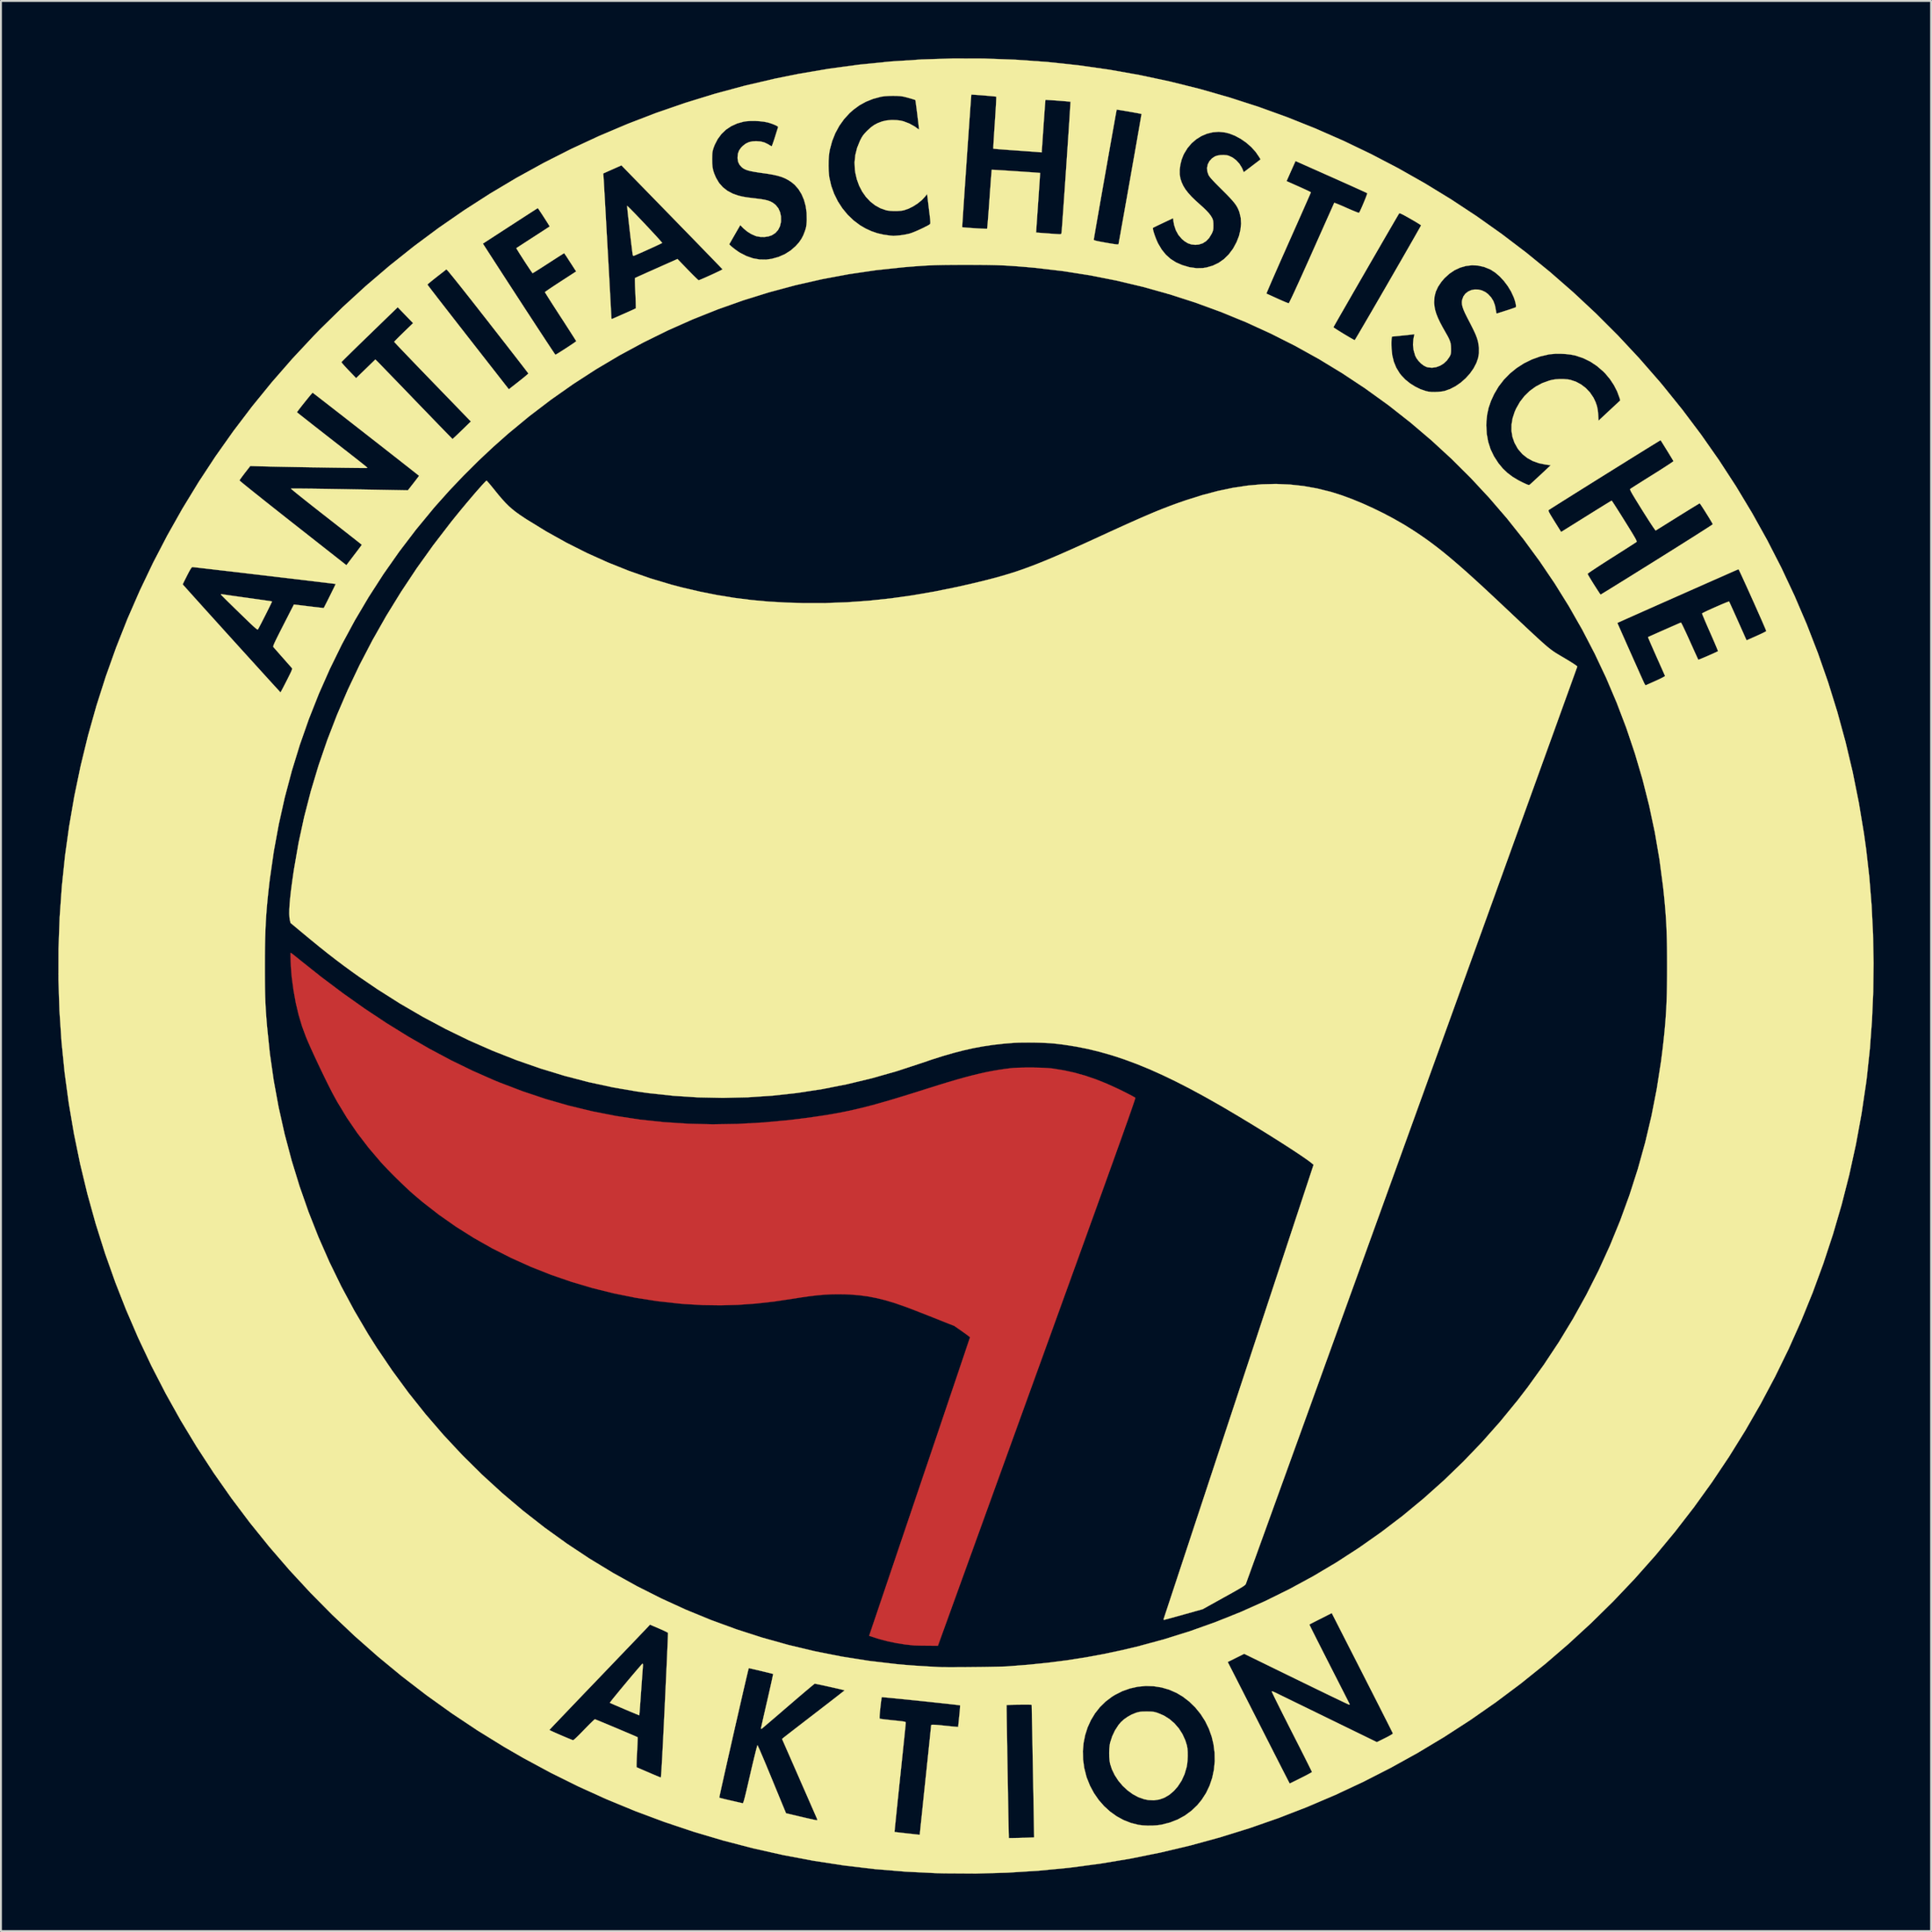
<source format=kicad_pcb>
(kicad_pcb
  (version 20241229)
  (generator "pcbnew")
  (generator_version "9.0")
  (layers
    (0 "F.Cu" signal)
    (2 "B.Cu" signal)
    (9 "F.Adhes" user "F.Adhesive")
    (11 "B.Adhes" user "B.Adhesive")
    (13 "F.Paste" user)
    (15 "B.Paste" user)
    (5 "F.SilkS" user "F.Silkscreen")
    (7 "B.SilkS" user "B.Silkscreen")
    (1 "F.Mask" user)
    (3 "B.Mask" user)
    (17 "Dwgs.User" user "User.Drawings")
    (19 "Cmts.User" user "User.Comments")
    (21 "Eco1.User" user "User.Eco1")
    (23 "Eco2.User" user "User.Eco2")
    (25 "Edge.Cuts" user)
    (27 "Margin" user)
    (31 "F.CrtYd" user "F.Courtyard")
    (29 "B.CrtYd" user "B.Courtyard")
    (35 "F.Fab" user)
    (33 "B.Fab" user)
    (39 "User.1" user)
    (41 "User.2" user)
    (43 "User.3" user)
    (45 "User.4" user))
  (footprint "Antifaschistische_Aktion_900dpi"
    (layer "F.Cu")
    (at 47.405 47.405)
    (property "Reference" "Antifaschistische_Aktion_900dpi" (at 0 0 0) (layer "F.SilkS") (effects (font (size 1.524 1.524) (thickness 0.3))))
    (attr smd)
    (fp_poly (pts (xy -35.24 -0.66) (xy -35.176 -0.613) (xy -35.083 -0.54) (xy -34.966 -0.447) (xy -34.834 -0.34) (xy -34.804 -0.315) (xy -33.674 0.584) (xy -32.54 1.436) (xy -31.406 2.239) (xy -30.271 2.992) (xy -29.137 3.694) (xy -28.007 4.345) (xy -26.881 4.944) (xy -25.761 5.489) (xy -24.649 5.98) (xy -24.342 6.106) (xy -23.149 6.561) (xy -21.949 6.962) (xy -20.74 7.31) (xy -19.52 7.605) (xy -18.289 7.847) (xy -17.045 8.036) (xy -15.787 8.172) (xy -14.513 8.255) (xy -13.223 8.287) (xy -11.914 8.265) (xy -10.587 8.192) (xy -9.239 8.067) (xy -8.34 7.956) (xy -7.925 7.898) (xy -7.535 7.841) (xy -7.163 7.782) (xy -6.805 7.72) (xy -6.455 7.654) (xy -6.108 7.583) (xy -5.758 7.505) (xy -5.401 7.42) (xy -5.03 7.325) (xy -4.64 7.22) (xy -4.226 7.102) (xy -3.782 6.972) (xy -3.304 6.827) (xy -2.786 6.667) (xy -2.222 6.489) (xy -1.976 6.411) (xy -1.429 6.239) (xy -0.93 6.086) (xy -0.472 5.952) (xy -0.05 5.833) (xy 0.343 5.73) (xy 0.711 5.641) (xy 1.06 5.563) (xy 1.397 5.497) (xy 1.726 5.441) (xy 2.054 5.392) (xy 2.328 5.357) (xy 2.504 5.341) (xy 2.723 5.33) (xy 2.974 5.323) (xy 3.246 5.32) (xy 3.525 5.321) (xy 3.801 5.326) (xy 4.061 5.335) (xy 4.294 5.348) (xy 4.487 5.364) (xy 4.558 5.373) (xy 5.132 5.467) (xy 5.693 5.59) (xy 6.249 5.746) (xy 6.809 5.938) (xy 7.382 6.168) (xy 7.977 6.439) (xy 8.204 6.55) (xy 8.378 6.637) (xy 8.536 6.719) (xy 8.671 6.79) (xy 8.775 6.847) (xy 8.842 6.886) (xy 8.862 6.9) (xy 8.861 6.914) (xy 8.852 6.948) (xy 8.834 7.005) (xy 8.808 7.085) (xy 8.773 7.189) (xy 8.729 7.319) (xy 8.675 7.475) (xy 8.611 7.659) (xy 8.536 7.872) (xy 8.451 8.115) (xy 8.353 8.388) (xy 8.245 8.694) (xy 8.124 9.033) (xy 7.99 9.406) (xy 7.844 9.814) (xy 7.685 10.259) (xy 7.511 10.741) (xy 7.324 11.262) (xy 7.122 11.822) (xy 6.906 12.423) (xy 6.674 13.066) (xy 6.426 13.752) (xy 6.163 14.482) (xy 5.883 15.257) (xy 5.586 16.078) (xy 5.272 16.947) (xy 4.94 17.864) (xy 4.591 18.83) (xy 4.223 19.847) (xy 3.836 20.916) (xy 3.72 21.235) (xy -1.453 35.531) (xy -2.018 35.526) (xy -2.2 35.524) (xy -2.371 35.522) (xy -2.52 35.519) (xy -2.636 35.515) (xy -2.707 35.512) (xy -2.709 35.512) (xy -3.158 35.464) (xy -3.619 35.391) (xy -4.072 35.297) (xy -4.499 35.185) (xy -4.686 35.127) (xy -5.046 35.01) (xy -2.411 27.22) (xy -2.194 26.578) (xy -1.981 25.95) (xy -1.774 25.338) (xy -1.573 24.744) (xy -1.379 24.17) (xy -1.193 23.619) (xy -1.015 23.091) (xy -0.846 22.591) (xy -0.686 22.118) (xy -0.537 21.677) (xy -0.399 21.268) (xy -0.273 20.894) (xy -0.16 20.558) (xy -0.059 20.26) (xy 0.027 20.003) (xy 0.099 19.79) (xy 0.155 19.622) (xy 0.195 19.502) (xy 0.219 19.432) (xy 0.225 19.412) (xy 0.203 19.391) (xy 0.142 19.343) (xy 0.05 19.274) (xy -0.067 19.19) (xy -0.182 19.108) (xy -0.59 18.823) (xy -1.654 18.4) (xy -1.908 18.299) (xy -2.165 18.198) (xy -2.416 18.1) (xy -2.652 18.008) (xy -2.864 17.926) (xy -3.042 17.859) (xy -3.177 17.808) (xy -3.181 17.807) (xy -3.7 17.627) (xy -4.187 17.481) (xy -4.654 17.365) (xy -5.112 17.277) (xy -5.572 17.216) (xy -6.048 17.179) (xy -6.322 17.167) (xy -6.673 17.162) (xy -7.019 17.168) (xy -7.372 17.187) (xy -7.741 17.218) (xy -8.134 17.264) (xy -8.562 17.324) (xy -9.031 17.398) (xy -10.011 17.545) (xy -10.962 17.651) (xy -11.893 17.717) (xy -12.816 17.742) (xy -13.738 17.729) (xy -14.671 17.676) (xy -14.972 17.651) (xy -16.125 17.523) (xy -17.266 17.344) (xy -18.394 17.116) (xy -19.505 16.84) (xy -20.598 16.516) (xy -21.67 16.146) (xy -22.719 15.731) (xy -23.741 15.271) (xy -24.735 14.768) (xy -25.699 14.223) (xy -26.629 13.637) (xy -27.523 13.01) (xy -28.379 12.344) (xy -28.857 11.94) (xy -29.047 11.77) (xy -29.264 11.568) (xy -29.499 11.344) (xy -29.741 11.108) (xy -29.98 10.87) (xy -30.205 10.639) (xy -30.408 10.426) (xy -30.561 10.259) (xy -31.2 9.508) (xy -31.788 8.74) (xy -32.328 7.95) (xy -32.824 7.131) (xy -32.999 6.816) (xy -33.105 6.618) (xy -33.227 6.379) (xy -33.362 6.109) (xy -33.506 5.816) (xy -33.655 5.508) (xy -33.805 5.194) (xy -33.951 4.882) (xy -34.091 4.581) (xy -34.219 4.299) (xy -34.332 4.044) (xy -34.426 3.826) (xy -34.474 3.709) (xy -34.679 3.151) (xy -34.853 2.566) (xy -35 1.947) (xy -35.119 1.289) (xy -35.205 0.649) (xy -35.22 0.503) (xy -35.235 0.336) (xy -35.247 0.158) (xy -35.258 -0.023) (xy -35.267 -0.198) (xy -35.273 -0.358) (xy -35.276 -0.494) (xy -35.276 -0.599) (xy -35.272 -0.662) (xy -35.267 -0.677) (xy -35.24 -0.66)) (stroke (width 0.01) (type solid)) (fill yes) (layer "F.Cu"))
    (fp_poly (pts (xy -35.236 -0.66) (xy -35.172 -0.612) (xy -35.079 -0.539) (xy -34.962 -0.447) (xy -34.83 -0.339) (xy -34.8 -0.315) (xy -33.67 0.585) (xy -32.537 1.436) (xy -31.402 2.239) (xy -30.267 2.992) (xy -29.134 3.695) (xy -28.003 4.346) (xy -26.877 4.944) (xy -25.758 5.489) (xy -24.645 5.98) (xy -24.338 6.106) (xy -23.146 6.561) (xy -21.946 6.962) (xy -20.736 7.31) (xy -19.517 7.605) (xy -18.285 7.847) (xy -17.041 8.036) (xy -15.783 8.172) (xy -14.509 8.256) (xy -13.219 8.287) (xy -11.911 8.266) (xy -10.583 8.192) (xy -9.235 8.067) (xy -8.336 7.956) (xy -7.921 7.898) (xy -7.531 7.841) (xy -7.159 7.782) (xy -6.801 7.72) (xy -6.451 7.654) (xy -6.104 7.583) (xy -5.755 7.506) (xy -5.397 7.42) (xy -5.026 7.325) (xy -4.636 7.22) (xy -4.222 7.103) (xy -3.779 6.972) (xy -3.3 6.827) (xy -2.782 6.667) (xy -2.218 6.489) (xy -1.972 6.411) (xy -1.426 6.239) (xy -0.926 6.087) (xy -0.469 5.952) (xy -0.046 5.834) (xy 0.346 5.73) (xy 0.715 5.641) (xy 1.064 5.564) (xy 1.401 5.497) (xy 1.73 5.441) (xy 2.057 5.392) (xy 2.332 5.357) (xy 2.508 5.341) (xy 2.727 5.33) (xy 2.978 5.323) (xy 3.249 5.32) (xy 3.529 5.321) (xy 3.804 5.326) (xy 4.065 5.335) (xy 4.297 5.348) (xy 4.491 5.365) (xy 4.562 5.373) (xy 5.136 5.467) (xy 5.697 5.59) (xy 6.253 5.747) (xy 6.813 5.938) (xy 7.386 6.168) (xy 7.981 6.439) (xy 8.207 6.55) (xy 8.382 6.638) (xy 8.54 6.719) (xy 8.675 6.79) (xy 8.779 6.847) (xy 8.845 6.886) (xy 8.866 6.901) (xy 8.864 6.914) (xy 8.855 6.948) (xy 8.838 7.005) (xy 8.812 7.085) (xy 8.777 7.189) (xy 8.733 7.319) (xy 8.679 7.475) (xy 8.615 7.659) (xy 8.54 7.872) (xy 8.454 8.115) (xy 8.357 8.389) (xy 8.248 8.694) (xy 8.128 9.033) (xy 7.994 9.406) (xy 7.848 9.814) (xy 7.688 10.259) (xy 7.515 10.741) (xy 7.328 11.262) (xy 7.126 11.822) (xy 6.909 12.423) (xy 6.677 13.066) (xy 6.43 13.752) (xy 6.166 14.482) (xy 5.886 15.257) (xy 5.59 16.079) (xy 5.276 16.947) (xy 4.944 17.864) (xy 4.594 18.831) (xy 4.226 19.847) (xy 3.84 20.916) (xy 3.724 21.235) (xy -1.45 35.531) (xy -2.014 35.527) (xy -2.196 35.525) (xy -2.367 35.522) (xy -2.516 35.519) (xy -2.632 35.516) (xy -2.703 35.512) (xy -2.706 35.512) (xy -3.155 35.464) (xy -3.615 35.391) (xy -4.069 35.297) (xy -4.495 35.185) (xy -4.682 35.127) (xy -5.042 35.01) (xy -2.407 27.221) (xy -2.19 26.579) (xy -1.977 25.95) (xy -1.77 25.338) (xy -1.57 24.744) (xy -1.376 24.17) (xy -1.189 23.619) (xy -1.011 23.091) (xy -0.842 22.591) (xy -0.683 22.119) (xy -0.533 21.677) (xy -0.396 21.268) (xy -0.269 20.895) (xy -0.156 20.558) (xy -0.056 20.26) (xy 0.031 20.004) (xy 0.103 19.79) (xy 0.159 19.623) (xy 0.199 19.502) (xy 0.223 19.432) (xy 0.229 19.412) (xy 0.207 19.391) (xy 0.146 19.343) (xy 0.054 19.274) (xy -0.063 19.19) (xy -0.179 19.108) (xy -0.587 18.823) (xy -1.65 18.4) (xy -1.904 18.299) (xy -2.161 18.198) (xy -2.412 18.1) (xy -2.648 18.008) (xy -2.86 17.927) (xy -3.038 17.859) (xy -3.173 17.809) (xy -3.177 17.807) (xy -3.696 17.627) (xy -4.183 17.481) (xy -4.65 17.365) (xy -5.108 17.278) (xy -5.569 17.216) (xy -6.044 17.179) (xy -6.318 17.168) (xy -6.669 17.162) (xy -7.016 17.169) (xy -7.369 17.187) (xy -7.737 17.219) (xy -8.13 17.264) (xy -8.558 17.324) (xy -9.027 17.399) (xy -10.007 17.545) (xy -10.958 17.651) (xy -11.89 17.717) (xy -12.812 17.743) (xy -13.734 17.729) (xy -14.667 17.676) (xy -14.968 17.652) (xy -16.121 17.523) (xy -17.262 17.344) (xy -18.39 17.116) (xy -19.501 16.84) (xy -20.594 16.516) (xy -21.666 16.146) (xy -22.715 15.731) (xy -23.737 15.271) (xy -24.731 14.768) (xy -25.695 14.223) (xy -26.625 13.637) (xy -27.519 13.01) (xy -28.375 12.344) (xy -28.853 11.94) (xy -29.043 11.77) (xy -29.261 11.568) (xy -29.495 11.344) (xy -29.737 11.108) (xy -29.976 10.87) (xy -30.201 10.639) (xy -30.404 10.427) (xy -30.558 10.259) (xy -31.196 9.508) (xy -31.784 8.74) (xy -32.324 7.95) (xy -32.82 7.131) (xy -32.996 6.816) (xy -33.101 6.618) (xy -33.223 6.38) (xy -33.358 6.11) (xy -33.502 5.816) (xy -33.651 5.508) (xy -33.801 5.194) (xy -33.948 4.882) (xy -34.087 4.581) (xy -34.216 4.299) (xy -34.329 4.044) (xy -34.423 3.826) (xy -34.471 3.709) (xy -34.675 3.151) (xy -34.85 2.566) (xy -34.996 1.947) (xy -35.115 1.289) (xy -35.202 0.649) (xy -35.217 0.503) (xy -35.231 0.336) (xy -35.244 0.158) (xy -35.255 -0.023) (xy -35.263 -0.198) (xy -35.269 -0.358) (xy -35.273 -0.494) (xy -35.273 -0.598) (xy -35.269 -0.662) (xy -35.263 -0.677) (xy -35.236 -0.66)) (stroke (width 0.01) (type solid)) (fill yes) (layer "F.Mask"))
    (fp_poly (pts (xy -17.67 -39.687) (xy -17.617 -39.637) (xy -17.534 -39.556) (xy -17.427 -39.447) (xy -17.299 -39.317) (xy -17.156 -39.168) (xy -17.003 -39.008) (xy -16.842 -38.839) (xy -16.68 -38.667) (xy -16.521 -38.497) (xy -16.369 -38.334) (xy -16.228 -38.182) (xy -16.104 -38.047) (xy -16.001 -37.932) (xy -15.923 -37.843) (xy -15.875 -37.785) (xy -15.861 -37.764) (xy -15.885 -37.748) (xy -15.954 -37.714) (xy -16.058 -37.664) (xy -16.191 -37.601) (xy -16.344 -37.531) (xy -16.51 -37.455) (xy -16.68 -37.378) (xy -16.847 -37.303) (xy -17.003 -37.234) (xy -17.141 -37.174) (xy -17.252 -37.126) (xy -17.329 -37.095) (xy -17.363 -37.084) (xy -17.363 -37.084) (xy -17.384 -37.108) (xy -17.398 -37.148) (xy -17.406 -37.197) (xy -17.419 -37.294) (xy -17.436 -37.431) (xy -17.457 -37.601) (xy -17.481 -37.797) (xy -17.506 -38.013) (xy -17.533 -38.241) (xy -17.56 -38.474) (xy -17.586 -38.706) (xy -17.611 -38.929) (xy -17.634 -39.137) (xy -17.654 -39.322) (xy -17.67 -39.478) (xy -17.682 -39.598) (xy -17.689 -39.674) (xy -17.69 -39.699) (xy -17.67 -39.687)) (stroke (width 0.01) (type solid)) (fill yes) (layer "F.SilkS"))
    (fp_poly (pts (xy -38.859 -19.409) (xy -38.817 -19.402) (xy -38.726 -19.388) (xy -38.591 -19.369) (xy -38.418 -19.344) (xy -38.212 -19.314) (xy -37.981 -19.282) (xy -37.729 -19.246) (xy -37.521 -19.218) (xy -37.261 -19.181) (xy -37.017 -19.147) (xy -36.797 -19.116) (xy -36.606 -19.089) (xy -36.45 -19.066) (xy -36.333 -19.049) (xy -36.262 -19.038) (xy -36.242 -19.034) (xy -36.252 -19.008) (xy -36.283 -18.94) (xy -36.333 -18.836) (xy -36.397 -18.706) (xy -36.471 -18.556) (xy -36.552 -18.394) (xy -36.636 -18.228) (xy -36.719 -18.066) (xy -36.796 -17.914) (xy -36.865 -17.782) (xy -36.921 -17.676) (xy -36.96 -17.604) (xy -36.977 -17.576) (xy -36.989 -17.568) (xy -37.008 -17.57) (xy -37.038 -17.586) (xy -37.082 -17.618) (xy -37.144 -17.67) (xy -37.226 -17.744) (xy -37.334 -17.844) (xy -37.469 -17.973) (xy -37.636 -18.134) (xy -37.838 -18.33) (xy -37.959 -18.447) (xy -38.151 -18.634) (xy -38.33 -18.809) (xy -38.493 -18.969) (xy -38.635 -19.109) (xy -38.752 -19.226) (xy -38.841 -19.316) (xy -38.896 -19.373) (xy -38.915 -19.395) (xy -38.902 -19.413) (xy -38.859 -19.409)) (stroke (width 0.01) (type solid)) (fill yes) (layer "F.SilkS"))
    (fp_poly (pts (xy -16.866 36.486) (xy -16.862 36.555) (xy -16.866 36.611) (xy -16.871 36.671) (xy -16.879 36.78) (xy -16.89 36.932) (xy -16.904 37.12) (xy -16.919 37.338) (xy -16.937 37.577) (xy -16.955 37.833) (xy -16.964 37.957) (xy -16.982 38.211) (xy -16.999 38.447) (xy -17.014 38.659) (xy -17.028 38.841) (xy -17.039 38.988) (xy -17.048 39.094) (xy -17.053 39.152) (xy -17.054 39.162) (xy -17.081 39.153) (xy -17.153 39.124) (xy -17.264 39.079) (xy -17.407 39.02) (xy -17.576 38.949) (xy -17.765 38.869) (xy -17.821 38.845) (xy -18.014 38.763) (xy -18.19 38.687) (xy -18.343 38.622) (xy -18.464 38.568) (xy -18.549 38.531) (xy -18.59 38.512) (xy -18.593 38.51) (xy -18.579 38.486) (xy -18.532 38.424) (xy -18.458 38.329) (xy -18.36 38.207) (xy -18.242 38.063) (xy -18.11 37.902) (xy -17.966 37.728) (xy -17.816 37.548) (xy -17.664 37.365) (xy -17.514 37.187) (xy -17.371 37.017) (xy -17.238 36.861) (xy -17.12 36.723) (xy -17.022 36.61) (xy -16.947 36.526) (xy -16.9 36.476) (xy -16.886 36.465) (xy -16.866 36.486)) (stroke (width 0.01) (type solid)) (fill yes) (layer "F.SilkS"))
    (fp_poly (pts (xy 9.615 38.966) (xy 9.736 38.972) (xy 9.836 38.985) (xy 9.931 39.008) (xy 10.033 39.04) (xy 10.35 39.174) (xy 10.641 39.356) (xy 10.903 39.581) (xy 11.132 39.845) (xy 11.323 40.143) (xy 11.473 40.471) (xy 11.556 40.738) (xy 11.583 40.888) (xy 11.597 41.078) (xy 11.599 41.288) (xy 11.59 41.504) (xy 11.57 41.708) (xy 11.543 41.864) (xy 11.434 42.236) (xy 11.279 42.576) (xy 11.079 42.882) (xy 10.88 43.11) (xy 10.641 43.314) (xy 10.387 43.465) (xy 10.118 43.562) (xy 9.835 43.604) (xy 9.541 43.591) (xy 9.322 43.547) (xy 9.02 43.44) (xy 8.727 43.283) (xy 8.451 43.083) (xy 8.198 42.845) (xy 7.973 42.578) (xy 7.784 42.287) (xy 7.636 41.979) (xy 7.544 41.693) (xy 7.516 41.533) (xy 7.5 41.336) (xy 7.496 41.123) (xy 7.503 40.911) (xy 7.522 40.721) (xy 7.544 40.602) (xy 7.651 40.266) (xy 7.798 39.954) (xy 7.979 39.674) (xy 8.104 39.524) (xy 8.26 39.381) (xy 8.452 39.245) (xy 8.661 39.128) (xy 8.868 39.042) (xy 8.87 39.041) (xy 8.979 39.007) (xy 9.075 38.985) (xy 9.175 38.972) (xy 9.296 38.966) (xy 9.454 38.965) (xy 9.615 38.966)) (stroke (width 0.01) (type solid)) (fill yes) (layer "F.SilkS"))
    (fp_poly (pts (xy -25.01 -25.322) (xy -24.956 -25.263) (xy -24.878 -25.173) (xy -24.781 -25.056) (xy -24.671 -24.921) (xy -24.619 -24.857) (xy -24.409 -24.597) (xy -24.221 -24.377) (xy -24.047 -24.187) (xy -23.879 -24.019) (xy -23.706 -23.865) (xy -23.522 -23.718) (xy -23.316 -23.569) (xy -23.079 -23.409) (xy -22.945 -23.322) (xy -21.916 -22.69) (xy -20.863 -22.103) (xy -19.791 -21.563) (xy -18.703 -21.073) (xy -17.603 -20.632) (xy -16.495 -20.244) (xy -15.383 -19.91) (xy -14.803 -19.758) (xy -13.884 -19.544) (xy -12.983 -19.365) (xy -12.088 -19.219) (xy -11.189 -19.106) (xy -10.272 -19.023) (xy -9.327 -18.97) (xy -8.438 -18.946) (xy -7.315 -18.948) (xy -6.194 -18.989) (xy -5.069 -19.069) (xy -3.935 -19.189) (xy -2.786 -19.35) (xy -1.615 -19.552) (xy -0.418 -19.796) (xy 0.352 -19.971) (xy 0.743 -20.065) (xy 1.111 -20.156) (xy 1.461 -20.247) (xy 1.796 -20.339) (xy 2.122 -20.434) (xy 2.443 -20.533) (xy 2.763 -20.638) (xy 3.087 -20.751) (xy 3.42 -20.874) (xy 3.766 -21.008) (xy 4.129 -21.154) (xy 4.515 -21.315) (xy 4.928 -21.492) (xy 5.372 -21.688) (xy 5.852 -21.902) (xy 6.372 -22.138) (xy 6.938 -22.397) (xy 7.07 -22.458) (xy 7.573 -22.689) (xy 8.031 -22.898) (xy 8.446 -23.086) (xy 8.826 -23.255) (xy 9.172 -23.408) (xy 9.492 -23.546) (xy 9.789 -23.672) (xy 10.067 -23.787) (xy 10.332 -23.892) (xy 10.589 -23.991) (xy 10.841 -24.086) (xy 11.094 -24.177) (xy 11.352 -24.267) (xy 11.543 -24.332) (xy 12.374 -24.593) (xy 13.181 -24.806) (xy 13.965 -24.97) (xy 14.729 -25.085) (xy 15.476 -25.152) (xy 16.209 -25.17) (xy 16.93 -25.14) (xy 17.642 -25.063) (xy 18.349 -24.937) (xy 19.052 -24.764) (xy 19.149 -24.736) (xy 19.646 -24.578) (xy 20.173 -24.384) (xy 20.72 -24.159) (xy 21.276 -23.908) (xy 21.832 -23.636) (xy 22.378 -23.346) (xy 22.903 -23.044) (xy 23.228 -22.844) (xy 23.51 -22.662) (xy 23.786 -22.477) (xy 24.061 -22.285) (xy 24.336 -22.085) (xy 24.617 -21.872) (xy 24.906 -21.645) (xy 25.206 -21.4) (xy 25.521 -21.134) (xy 25.856 -20.845) (xy 26.212 -20.53) (xy 26.593 -20.186) (xy 27.004 -19.81) (xy 27.446 -19.399) (xy 27.925 -18.95) (xy 27.926 -18.949) (xy 28.301 -18.596) (xy 28.636 -18.28) (xy 28.936 -17.998) (xy 29.202 -17.748) (xy 29.439 -17.526) (xy 29.647 -17.332) (xy 29.831 -17.162) (xy 29.992 -17.015) (xy 30.134 -16.887) (xy 30.258 -16.777) (xy 30.369 -16.682) (xy 30.468 -16.601) (xy 30.559 -16.53) (xy 30.643 -16.467) (xy 30.724 -16.41) (xy 30.805 -16.357) (xy 30.887 -16.305) (xy 30.975 -16.252) (xy 31.069 -16.196) (xy 31.174 -16.134) (xy 31.263 -16.082) (xy 31.473 -15.956) (xy 31.649 -15.847) (xy 31.788 -15.758) (xy 31.887 -15.69) (xy 31.942 -15.646) (xy 31.952 -15.63) (xy 31.942 -15.602) (xy 31.914 -15.522) (xy 31.867 -15.392) (xy 31.803 -15.213) (xy 31.721 -14.987) (xy 31.623 -14.715) (xy 31.509 -14.398) (xy 31.379 -14.039) (xy 31.234 -13.638) (xy 31.075 -13.197) (xy 30.902 -12.717) (xy 30.716 -12.2) (xy 30.516 -11.648) (xy 30.304 -11.061) (xy 30.08 -10.441) (xy 29.845 -9.79) (xy 29.599 -9.109) (xy 29.343 -8.399) (xy 29.077 -7.662) (xy 28.801 -6.9) (xy 28.517 -6.113) (xy 28.225 -5.304) (xy 27.925 -4.473) (xy 27.618 -3.623) (xy 27.304 -2.754) (xy 26.984 -1.868) (xy 26.658 -0.966) (xy 26.327 -0.051) (xy 25.992 0.877) (xy 25.653 1.817) (xy 25.31 2.766) (xy 24.964 3.723) (xy 24.616 4.687) (xy 24.265 5.657) (xy 23.914 6.631) (xy 23.561 7.607) (xy 23.208 8.584) (xy 22.855 9.561) (xy 22.503 10.536) (xy 22.151 11.508) (xy 21.802 12.475) (xy 21.455 13.436) (xy 21.11 14.389) (xy 20.769 15.333) (xy 20.432 16.267) (xy 20.098 17.189) (xy 19.77 18.097) (xy 19.447 18.991) (xy 19.13 19.869) (xy 18.819 20.728) (xy 18.516 21.569) (xy 18.219 22.389) (xy 17.931 23.187) (xy 17.651 23.961) (xy 17.38 24.711) (xy 17.118 25.434) (xy 16.867 26.13) (xy 16.626 26.796) (xy 16.396 27.431) (xy 16.178 28.034) (xy 15.972 28.604) (xy 15.779 29.139) (xy 15.599 29.637) (xy 15.432 30.097) (xy 15.28 30.518) (xy 15.143 30.898) (xy 15.02 31.236) (xy 14.914 31.53) (xy 14.824 31.779) (xy 14.75 31.981) (xy 14.695 32.136) (xy 14.656 32.24) (xy 14.637 32.294) (xy 14.634 32.302) (xy 14.62 32.325) (xy 14.594 32.353) (xy 14.551 32.388) (xy 14.487 32.432) (xy 14.399 32.487) (xy 14.281 32.558) (xy 14.13 32.645) (xy 13.941 32.752) (xy 13.71 32.881) (xy 13.489 33.003) (xy 12.38 33.619) (xy 11.384 33.898) (xy 11.156 33.962) (xy 10.944 34.02) (xy 10.756 34.072) (xy 10.597 34.115) (xy 10.473 34.148) (xy 10.391 34.17) (xy 10.357 34.177) (xy 10.357 34.177) (xy 10.338 34.156) (xy 10.342 34.128) (xy 10.352 34.098) (xy 10.379 34.016) (xy 10.422 33.884) (xy 10.482 33.704) (xy 10.557 33.477) (xy 10.647 33.205) (xy 10.751 32.889) (xy 10.869 32.532) (xy 11 32.135) (xy 11.143 31.7) (xy 11.299 31.229) (xy 11.466 30.723) (xy 11.644 30.184) (xy 11.832 29.613) (xy 12.03 29.013) (xy 12.238 28.385) (xy 12.454 27.731) (xy 12.677 27.053) (xy 12.909 26.352) (xy 13.147 25.63) (xy 13.392 24.888) (xy 13.642 24.129) (xy 13.898 23.355) (xy 14.159 22.566) (xy 14.266 22.239) (xy 18.174 10.4) (xy 18.075 10.316) (xy 17.962 10.228) (xy 17.804 10.114) (xy 17.606 9.976) (xy 17.372 9.818) (xy 17.104 9.641) (xy 16.809 9.449) (xy 16.489 9.244) (xy 16.148 9.029) (xy 15.792 8.805) (xy 15.423 8.577) (xy 15.046 8.345) (xy 14.665 8.114) (xy 14.284 7.884) (xy 13.907 7.66) (xy 13.539 7.443) (xy 13.311 7.31) (xy 12.504 6.853) (xy 11.732 6.435) (xy 10.992 6.055) (xy 10.28 5.712) (xy 9.592 5.404) (xy 8.924 5.131) (xy 8.273 4.89) (xy 7.634 4.68) (xy 7.005 4.501) (xy 6.382 4.349) (xy 5.76 4.225) (xy 5.136 4.127) (xy 4.614 4.064) (xy 4.419 4.048) (xy 4.179 4.034) (xy 3.909 4.024) (xy 3.622 4.017) (xy 3.33 4.014) (xy 3.047 4.015) (xy 2.784 4.019) (xy 2.556 4.028) (xy 2.469 4.033) (xy 1.936 4.077) (xy 1.42 4.136) (xy 0.912 4.212) (xy 0.406 4.306) (xy -0.109 4.421) (xy -0.639 4.558) (xy -1.194 4.719) (xy -1.782 4.906) (xy -2.322 5.09) (xy -3.615 5.514) (xy -4.909 5.881) (xy -6.204 6.192) (xy -7.499 6.447) (xy -8.795 6.646) (xy -10.091 6.789) (xy -11.387 6.875) (xy -12.683 6.905) (xy -13.977 6.879) (xy -15.271 6.796) (xy -16.563 6.657) (xy -17.159 6.574) (xy -18.429 6.356) (xy -19.697 6.082) (xy -20.961 5.753) (xy -22.22 5.369) (xy -23.472 4.933) (xy -24.716 4.443) (xy -25.948 3.902) (xy -27.168 3.309) (xy -28.374 2.665) (xy -29.565 1.972) (xy -30.737 1.229) (xy -31.665 0.597) (xy -32.088 0.297) (xy -32.497 -0.003) (xy -32.904 -0.309) (xy -33.316 -0.628) (xy -33.743 -0.968) (xy -34.194 -1.336) (xy -34.55 -1.63) (xy -35.275 -2.234) (xy -35.312 -2.394) (xy -35.333 -2.537) (xy -35.342 -2.725) (xy -35.338 -2.958) (xy -35.321 -3.24) (xy -35.291 -3.57) (xy -35.248 -3.95) (xy -35.191 -4.382) (xy -35.122 -4.866) (xy -35.091 -5.066) (xy -34.855 -6.424) (xy -34.562 -7.777) (xy -34.214 -9.124) (xy -33.812 -10.463) (xy -33.355 -11.793) (xy -32.845 -13.113) (xy -32.282 -14.421) (xy -31.666 -15.718) (xy -30.998 -17.001) (xy -30.279 -18.269) (xy -29.508 -19.521) (xy -28.688 -20.757) (xy -27.817 -21.974) (xy -26.897 -23.171) (xy -26.796 -23.297) (xy -26.62 -23.515) (xy -26.438 -23.739) (xy -26.252 -23.963) (xy -26.067 -24.185) (xy -25.886 -24.399) (xy -25.713 -24.602) (xy -25.552 -24.789) (xy -25.405 -24.955) (xy -25.278 -25.098) (xy -25.173 -25.212) (xy -25.095 -25.293) (xy -25.047 -25.337) (xy -25.034 -25.344) (xy -25.01 -25.322)) (stroke (width 0.01) (type solid)) (fill yes) (layer "F.SilkS"))
    (fp_poly (pts (xy 0.962 -47.396) (xy 2.592 -47.336) (xy 4.22 -47.221) (xy 4.29 -47.215) (xy 5.902 -47.042) (xy 7.502 -46.815) (xy 9.089 -46.533) (xy 10.663 -46.198) (xy 12.221 -45.81) (xy 13.762 -45.369) (xy 15.286 -44.878) (xy 16.791 -44.335) (xy 18.276 -43.741) (xy 19.74 -43.098) (xy 21.18 -42.406) (xy 22.597 -41.666) (xy 23.989 -40.878) (xy 25.355 -40.043) (xy 26.693 -39.161) (xy 28.002 -38.233) (xy 29.281 -37.261) (xy 30.529 -36.244) (xy 31.745 -35.182) (xy 32.927 -34.078) (xy 34.074 -32.931) (xy 35.184 -31.742) (xy 36.258 -30.512) (xy 36.403 -30.339) (xy 37.437 -29.058) (xy 38.422 -27.748) (xy 39.359 -26.41) (xy 40.247 -25.045) (xy 41.085 -23.653) (xy 41.874 -22.237) (xy 42.613 -20.796) (xy 43.301 -19.331) (xy 43.938 -17.845) (xy 44.523 -16.337) (xy 45.057 -14.809) (xy 45.538 -13.261) (xy 45.966 -11.695) (xy 46.342 -10.112) (xy 46.663 -8.511) (xy 46.931 -6.896) (xy 47.044 -6.082) (xy 47.21 -4.626) (xy 47.329 -3.146) (xy 47.403 -1.648) (xy 47.431 -0.142) (xy 47.413 1.365) (xy 47.348 2.865) (xy 47.238 4.35) (xy 47.082 5.811) (xy 47.044 6.11) (xy 46.805 7.726) (xy 46.511 9.328) (xy 46.164 10.913) (xy 45.764 12.482) (xy 45.311 14.032) (xy 44.807 15.563) (xy 44.252 17.074) (xy 43.646 18.564) (xy 42.991 20.03) (xy 42.286 21.473) (xy 41.533 22.891) (xy 40.732 24.283) (xy 39.884 25.648) (xy 38.989 26.985) (xy 38.048 28.292) (xy 37.061 29.569) (xy 36.03 30.814) (xy 34.954 32.026) (xy 33.835 33.205) (xy 32.673 34.348) (xy 31.469 35.455) (xy 30.28 36.478) (xy 29.003 37.504) (xy 27.697 38.482) (xy 26.363 39.412) (xy 25.001 40.294) (xy 23.615 41.126) (xy 22.203 41.908) (xy 20.768 42.641) (xy 19.311 43.323) (xy 17.833 43.954) (xy 16.336 44.534) (xy 14.819 45.063) (xy 13.285 45.54) (xy 11.735 45.964) (xy 10.17 46.335) (xy 8.591 46.653) (xy 6.999 46.918) (xy 5.396 47.129) (xy 3.782 47.285) (xy 2.159 47.386) (xy 0.528 47.432) (xy -1.11 47.422) (xy -1.505 47.412) (xy -3.126 47.333) (xy -4.741 47.199) (xy -6.349 47.009) (xy -7.947 46.764) (xy -9.536 46.465) (xy -11.113 46.111) (xy -12.676 45.704) (xy -14.225 45.244) (xy -15.757 44.731) (xy -17.272 44.165) (xy -18.767 43.548) (xy -18.95 43.465) (xy -12.876 43.465) (xy -12.876 43.465) (xy -12.844 43.477) (xy -12.764 43.498) (xy -12.647 43.528) (xy -12.499 43.564) (xy -12.331 43.603) (xy -12.277 43.615) (xy -12.101 43.655) (xy -11.943 43.692) (xy -11.811 43.722) (xy -11.713 43.745) (xy -11.66 43.759) (xy -11.654 43.76) (xy -11.642 43.756) (xy -11.628 43.734) (xy -11.611 43.691) (xy -11.589 43.623) (xy -11.562 43.525) (xy -11.528 43.394) (xy -11.487 43.227) (xy -11.437 43.018) (xy -11.378 42.765) (xy -11.308 42.462) (xy -11.258 42.249) (xy -11.193 41.965) (xy -11.13 41.699) (xy -11.071 41.454) (xy -11.018 41.237) (xy -10.972 41.051) (xy -10.934 40.903) (xy -10.904 40.796) (xy -10.886 40.737) (xy -10.88 40.726) (xy -10.864 40.751) (xy -10.83 40.825) (xy -10.777 40.942) (xy -10.709 41.099) (xy -10.627 41.291) (xy -10.532 41.514) (xy -10.427 41.764) (xy -10.314 42.037) (xy -10.193 42.328) (xy -10.121 42.503) (xy -9.998 42.803) (xy -9.881 43.086) (xy -9.772 43.35) (xy -9.674 43.589) (xy -9.587 43.8) (xy -9.513 43.978) (xy -9.455 44.119) (xy -9.414 44.218) (xy -9.391 44.272) (xy -9.387 44.281) (xy -9.36 44.288) (xy -9.285 44.305) (xy -9.169 44.332) (xy -9.019 44.368) (xy -8.842 44.409) (xy -8.646 44.456) (xy -8.622 44.461) (xy -8.42 44.509) (xy -8.233 44.552) (xy -8.07 44.588) (xy -7.939 44.617) (xy -7.845 44.636) (xy -7.799 44.644) (xy -7.798 44.644) (xy -7.758 44.643) (xy -7.75 44.622) (xy -7.77 44.566) (xy -7.775 44.556) (xy -7.792 44.516) (xy -7.83 44.428) (xy -7.887 44.298) (xy -7.962 44.127) (xy -8.052 43.922) (xy -8.155 43.686) (xy -8.27 43.423) (xy -8.395 43.137) (xy -8.529 42.833) (xy -8.669 42.514) (xy -8.704 42.432) (xy -9.595 40.4) (xy -9.531 40.344) (xy -9.499 40.317) (xy -9.425 40.26) (xy -9.314 40.173) (xy -9.17 40.061) (xy -8.996 39.927) (xy -8.796 39.772) (xy -8.574 39.601) (xy -8.333 39.415) (xy -8.135 39.262) (xy -4.502 39.262) (xy -4.498 39.324) (xy -4.491 39.339) (xy -4.456 39.347) (xy -4.372 39.36) (xy -4.249 39.375) (xy -4.094 39.393) (xy -3.916 39.413) (xy -3.797 39.425) (xy -3.587 39.447) (xy -3.427 39.464) (xy -3.309 39.478) (xy -3.228 39.491) (xy -3.177 39.503) (xy -3.148 39.516) (xy -3.135 39.532) (xy -3.133 39.551) (xy -3.133 39.552) (xy -3.136 39.588) (xy -3.144 39.677) (xy -3.158 39.813) (xy -3.176 39.994) (xy -3.199 40.216) (xy -3.225 40.475) (xy -3.256 40.767) (xy -3.289 41.088) (xy -3.325 41.434) (xy -3.363 41.801) (xy -3.404 42.186) (xy -3.43 42.43) (xy -3.471 42.823) (xy -3.51 43.2) (xy -3.548 43.556) (xy -3.582 43.89) (xy -3.614 44.195) (xy -3.642 44.47) (xy -3.666 44.71) (xy -3.687 44.911) (xy -3.702 45.069) (xy -3.713 45.181) (xy -3.718 45.244) (xy -3.719 45.256) (xy -3.69 45.261) (xy -3.613 45.271) (xy -3.496 45.285) (xy -3.346 45.303) (xy -3.173 45.322) (xy -3.076 45.333) (xy -2.893 45.353) (xy -2.728 45.371) (xy -2.591 45.386) (xy -2.489 45.398) (xy -2.43 45.405) (xy -2.42 45.406) (xy -2.4 45.388) (xy -2.399 45.38) (xy -2.396 45.348) (xy -2.388 45.264) (xy -2.374 45.132) (xy -2.356 44.954) (xy -2.333 44.736) (xy -2.306 44.481) (xy -2.276 44.193) (xy -2.243 43.875) (xy -2.207 43.531) (xy -2.169 43.165) (xy -2.128 42.782) (xy -2.103 42.538) (xy -2.061 42.145) (xy -2.022 41.767) (xy -1.984 41.409) (xy -1.949 41.074) (xy -1.917 40.767) (xy -1.888 40.49) (xy -1.863 40.248) (xy -1.842 40.044) (xy -1.825 39.883) (xy -1.814 39.768) (xy -1.807 39.702) (xy -1.806 39.689) (xy -1.799 39.672) (xy -1.773 39.661) (xy -1.724 39.656) (xy -1.646 39.657) (xy -1.532 39.664) (xy -1.378 39.677) (xy -1.178 39.697) (xy -0.981 39.718) (xy -0.806 39.736) (xy -0.653 39.751) (xy -0.528 39.762) (xy -0.44 39.769) (xy -0.398 39.769) (xy -0.395 39.769) (xy -0.392 39.738) (xy -0.384 39.66) (xy -0.372 39.543) (xy -0.357 39.396) (xy -0.339 39.229) (xy -0.337 39.207) (xy -0.32 39.037) (xy -0.306 38.887) (xy -0.297 38.766) (xy -0.293 38.682) (xy -0.293 38.659) (xy 2.135 38.659) (xy 2.135 38.74) (xy 2.136 38.87) (xy 2.139 39.044) (xy 2.141 39.258) (xy 2.145 39.507) (xy 2.149 39.787) (xy 2.154 40.095) (xy 2.159 40.426) (xy 2.165 40.776) (xy 2.17 41.14) (xy 2.177 41.515) (xy 2.183 41.897) (xy 2.19 42.281) (xy 2.196 42.663) (xy 2.203 43.038) (xy 2.209 43.404) (xy 2.216 43.755) (xy 2.222 44.087) (xy 2.227 44.397) (xy 2.233 44.679) (xy 2.238 44.931) (xy 2.242 45.147) (xy 2.246 45.324) (xy 2.25 45.457) (xy 2.252 45.542) (xy 2.254 45.575) (xy 2.254 45.576) (xy 2.281 45.577) (xy 2.356 45.577) (xy 2.467 45.576) (xy 2.607 45.573) (xy 2.764 45.57) (xy 2.931 45.565) (xy 3.096 45.561) (xy 3.25 45.556) (xy 3.385 45.551) (xy 3.49 45.547) (xy 3.556 45.543) (xy 3.574 45.541) (xy 3.574 45.513) (xy 3.573 45.432) (xy 3.571 45.304) (xy 3.568 45.131) (xy 3.564 44.919) (xy 3.56 44.671) (xy 3.555 44.392) (xy 3.55 44.086) (xy 3.544 43.756) (xy 3.538 43.407) (xy 3.531 43.044) (xy 3.524 42.67) (xy 3.517 42.289) (xy 3.51 41.906) (xy 3.503 41.525) (xy 3.496 41.15) (xy 3.494 41.036) (xy 6.12 41.036) (xy 6.131 41.472) (xy 6.191 41.911) (xy 6.301 42.349) (xy 6.327 42.43) (xy 6.493 42.843) (xy 6.701 43.23) (xy 6.948 43.586) (xy 7.23 43.909) (xy 7.543 44.193) (xy 7.884 44.437) (xy 8.247 44.636) (xy 8.631 44.787) (xy 9.021 44.885) (xy 9.244 44.913) (xy 9.5 44.926) (xy 9.766 44.924) (xy 10.021 44.907) (xy 10.237 44.876) (xy 10.672 44.765) (xy 11.077 44.606) (xy 11.452 44.401) (xy 11.793 44.15) (xy 12.102 43.855) (xy 12.327 43.581) (xy 12.557 43.224) (xy 12.741 42.839) (xy 12.879 42.43) (xy 12.969 42.003) (xy 13.011 41.564) (xy 13.003 41.118) (xy 12.945 40.67) (xy 12.854 40.286) (xy 12.705 39.866) (xy 12.51 39.467) (xy 12.271 39.094) (xy 11.994 38.753) (xy 11.682 38.449) (xy 11.34 38.186) (xy 11.019 37.995) (xy 10.632 37.825) (xy 10.231 37.708) (xy 9.82 37.643) (xy 9.405 37.63) (xy 8.99 37.669) (xy 8.581 37.76) (xy 8.182 37.902) (xy 7.798 38.096) (xy 7.641 38.193) (xy 7.308 38.445) (xy 7.012 38.735) (xy 6.756 39.059) (xy 6.542 39.413) (xy 6.369 39.792) (xy 6.241 40.192) (xy 6.157 40.608) (xy 6.12 41.036) (xy 3.494 41.036) (xy 3.49 40.786) (xy 3.483 40.435) (xy 3.477 40.104) (xy 3.471 39.794) (xy 3.465 39.512) (xy 3.46 39.261) (xy 3.456 39.045) (xy 3.453 38.868) (xy 3.45 38.735) (xy 3.448 38.649) (xy 3.447 38.615) (xy 3.447 38.615) (xy 3.418 38.611) (xy 3.342 38.608) (xy 3.229 38.607) (xy 3.089 38.606) (xy 2.931 38.607) (xy 2.765 38.609) (xy 2.6 38.611) (xy 2.447 38.614) (xy 2.314 38.617) (xy 2.212 38.622) (xy 2.15 38.626) (xy 2.136 38.629) (xy 2.135 38.659) (xy -0.293 38.659) (xy -0.294 38.644) (xy -0.294 38.643) (xy -0.325 38.637) (xy -0.406 38.626) (xy -0.532 38.611) (xy -0.698 38.592) (xy -0.898 38.569) (xy -1.128 38.544) (xy -1.381 38.517) (xy -1.652 38.488) (xy -1.937 38.457) (xy -2.228 38.427) (xy -2.522 38.396) (xy -2.813 38.366) (xy -3.094 38.337) (xy -3.362 38.31) (xy -3.61 38.286) (xy -3.833 38.264) (xy -4.026 38.245) (xy -4.183 38.231) (xy -4.299 38.221) (xy -4.369 38.216) (xy -4.387 38.216) (xy -4.394 38.247) (xy -4.406 38.326) (xy -4.422 38.443) (xy -4.44 38.589) (xy -4.459 38.757) (xy -4.461 38.776) (xy -4.483 38.991) (xy -4.497 39.152) (xy -4.502 39.262) (xy -8.135 39.262) (xy -8.078 39.219) (xy -7.894 39.077) (xy -7.633 38.876) (xy -7.386 38.685) (xy -7.156 38.508) (xy -6.947 38.346) (xy -6.763 38.203) (xy -6.606 38.081) (xy -6.481 37.983) (xy -6.391 37.911) (xy -6.339 37.87) (xy -6.328 37.859) (xy -6.36 37.849) (xy -6.438 37.829) (xy -6.554 37.801) (xy -6.699 37.767) (xy -6.865 37.729) (xy -7.043 37.689) (xy -7.224 37.649) (xy -7.399 37.61) (xy -7.56 37.576) (xy -7.698 37.547) (xy -7.804 37.526) (xy -7.871 37.514) (xy -7.888 37.512) (xy -7.917 37.532) (xy -7.984 37.585) (xy -8.086 37.669) (xy -8.22 37.781) (xy -8.381 37.917) (xy -8.567 38.075) (xy -8.773 38.25) (xy -8.995 38.441) (xy -9.23 38.643) (xy -9.288 38.693) (xy -9.526 38.897) (xy -9.75 39.091) (xy -9.959 39.27) (xy -10.148 39.432) (xy -10.314 39.573) (xy -10.452 39.691) (xy -10.56 39.782) (xy -10.633 39.844) (xy -10.669 39.872) (xy -10.671 39.873) (xy -10.693 39.86) (xy -10.696 39.845) (xy -10.689 39.811) (xy -10.672 39.727) (xy -10.643 39.599) (xy -10.606 39.432) (xy -10.561 39.232) (xy -10.508 39.003) (xy -10.451 38.751) (xy -10.389 38.482) (xy -10.372 38.411) (xy -10.31 38.14) (xy -10.252 37.885) (xy -10.2 37.653) (xy -10.154 37.447) (xy -10.116 37.275) (xy -10.088 37.14) (xy -10.069 37.049) (xy -10.062 37.006) (xy -10.062 37.003) (xy -10.091 36.994) (xy -10.166 36.975) (xy -10.276 36.947) (xy -10.413 36.914) (xy -10.566 36.877) (xy -10.728 36.838) (xy -10.888 36.8) (xy -11.037 36.766) (xy -11.165 36.736) (xy -11.264 36.714) (xy -11.323 36.702) (xy -11.336 36.701) (xy -11.345 36.729) (xy -11.365 36.808) (xy -11.395 36.934) (xy -11.435 37.103) (xy -11.484 37.311) (xy -11.54 37.553) (xy -11.604 37.826) (xy -11.673 38.126) (xy -11.747 38.448) (xy -11.825 38.788) (xy -11.906 39.143) (xy -11.99 39.509) (xy -12.075 39.88) (xy -12.16 40.254) (xy -12.244 40.626) (xy -12.327 40.992) (xy -12.408 41.348) (xy -12.485 41.69) (xy -12.558 42.014) (xy -12.626 42.315) (xy -12.687 42.591) (xy -12.742 42.836) (xy -12.788 43.046) (xy -12.826 43.219) (xy -12.854 43.349) (xy -12.871 43.432) (xy -12.876 43.465) (xy -18.95 43.465) (xy -20.242 42.879) (xy -21.694 42.159) (xy -23.123 41.388) (xy -24.116 40.814) (xy -25.504 39.957) (xy -25.546 39.929) (xy -21.751 39.929) (xy -21.728 39.943) (xy -21.662 39.976) (xy -21.56 40.023) (xy -21.432 40.08) (xy -21.287 40.144) (xy -21.133 40.211) (xy -20.979 40.277) (xy -20.833 40.338) (xy -20.704 40.391) (xy -20.601 40.433) (xy -20.532 40.458) (xy -20.516 40.463) (xy -20.482 40.446) (xy -20.412 40.389) (xy -20.309 40.293) (xy -20.174 40.16) (xy -20.009 39.991) (xy -19.942 39.922) (xy -19.801 39.777) (xy -19.671 39.645) (xy -19.558 39.534) (xy -19.468 39.447) (xy -19.405 39.391) (xy -19.375 39.37) (xy -19.375 39.37) (xy -19.344 39.381) (xy -19.267 39.411) (xy -19.152 39.457) (xy -19.005 39.518) (xy -18.832 39.589) (xy -18.641 39.669) (xy -18.437 39.755) (xy -18.227 39.843) (xy -18.019 39.931) (xy -17.818 40.016) (xy -17.631 40.095) (xy -17.465 40.166) (xy -17.326 40.226) (xy -17.222 40.272) (xy -17.158 40.302) (xy -17.14 40.311) (xy -17.139 40.341) (xy -17.14 40.42) (xy -17.145 40.54) (xy -17.151 40.695) (xy -17.16 40.877) (xy -17.171 41.078) (xy -17.171 41.095) (xy -17.182 41.297) (xy -17.19 41.481) (xy -17.195 41.638) (xy -17.198 41.761) (xy -17.197 41.843) (xy -17.194 41.876) (xy -17.193 41.877) (xy -17.08 41.927) (xy -16.941 41.987) (xy -16.785 42.055) (xy -16.621 42.125) (xy -16.457 42.196) (xy -16.302 42.262) (xy -16.163 42.32) (xy -16.049 42.368) (xy -15.97 42.4) (xy -15.932 42.415) (xy -15.93 42.415) (xy -15.924 42.387) (xy -15.916 42.304) (xy -15.906 42.165) (xy -15.893 41.97) (xy -15.878 41.721) (xy -15.861 41.417) (xy -15.842 41.059) (xy -15.82 40.648) (xy -15.797 40.184) (xy -15.771 39.666) (xy -15.744 39.097) (xy -15.722 38.653) (xy -15.701 38.197) (xy -15.68 37.756) (xy -15.661 37.333) (xy -15.642 36.933) (xy -15.625 36.558) (xy -15.609 36.211) (xy -15.595 35.896) (xy -15.583 35.617) (xy -15.573 35.376) (xy -15.565 35.177) (xy -15.559 35.023) (xy -15.555 34.917) (xy -15.554 34.863) (xy -15.555 34.856) (xy -15.583 34.835) (xy -15.655 34.797) (xy -15.762 34.745) (xy -15.896 34.684) (xy -16.031 34.625) (xy -16.496 34.427) (xy -16.693 34.638) (xy -16.738 34.685) (xy -16.819 34.77) (xy -16.934 34.89) (xy -17.08 35.043) (xy -17.255 35.226) (xy -17.455 35.436) (xy -17.68 35.67) (xy -17.925 35.926) (xy -18.188 36.2) (xy -18.467 36.491) (xy -18.759 36.796) (xy -19.061 37.111) (xy -19.318 37.379) (xy -19.623 37.697) (xy -19.917 38.003) (xy -20.197 38.296) (xy -20.462 38.573) (xy -20.709 38.831) (xy -20.935 39.068) (xy -21.139 39.281) (xy -21.317 39.469) (xy -21.469 39.627) (xy -21.59 39.755) (xy -21.679 39.85) (xy -21.734 39.908) (xy -21.751 39.929) (xy -25.546 39.929) (xy -26.859 39.054) (xy -28.179 38.108) (xy -29.465 37.119) (xy -30.714 36.089) (xy -31.927 35.019) (xy -33.101 33.909) (xy -34.236 32.761) (xy -35.332 31.577) (xy -36.386 30.357) (xy -37.399 29.102) (xy -38.368 27.814) (xy -39.294 26.494) (xy -40.175 25.143) (xy -41.01 23.762) (xy -41.798 22.353) (xy -42.539 20.916) (xy -43.231 19.452) (xy -43.873 17.963) (xy -44.427 16.552) (xy -44.968 15.026) (xy -45.455 13.483) (xy -45.888 11.925) (xy -46.267 10.354) (xy -46.592 8.771) (xy -46.863 7.178) (xy -47.079 5.576) (xy -47.241 3.968) (xy -47.348 2.353) (xy -47.4 0.734) (xy -47.399 0.014) (xy -36.617 0.014) (xy -36.617 0.416) (xy -36.615 0.769) (xy -36.612 1.084) (xy -36.607 1.367) (xy -36.6 1.629) (xy -36.591 1.877) (xy -36.579 2.121) (xy -36.565 2.368) (xy -36.547 2.628) (xy -36.525 2.909) (xy -36.504 3.161) (xy -36.357 4.583) (xy -36.155 5.995) (xy -35.898 7.397) (xy -35.587 8.786) (xy -35.223 10.16) (xy -34.806 11.518) (xy -34.337 12.859) (xy -33.816 14.18) (xy -33.244 15.48) (xy -32.622 16.757) (xy -31.949 18.01) (xy -31.228 19.236) (xy -30.771 19.959) (xy -29.961 21.155) (xy -29.109 22.315) (xy -28.214 23.438) (xy -27.277 24.524) (xy -26.298 25.572) (xy -25.28 26.58) (xy -24.221 27.549) (xy -23.124 28.477) (xy -21.999 29.356) (xy -20.837 30.193) (xy -19.647 30.981) (xy -18.429 31.721) (xy -17.185 32.412) (xy -15.916 33.052) (xy -14.625 33.643) (xy -13.312 34.182) (xy -11.978 34.67) (xy -10.625 35.106) (xy -9.255 35.489) (xy -7.869 35.819) (xy -6.467 36.096) (xy -5.053 36.319) (xy -3.626 36.487) (xy -3.133 36.532) (xy -2.829 36.556) (xy -2.474 36.58) (xy -2.073 36.604) (xy -1.632 36.629) (xy -1.341 36.644) (xy -1.235 36.647) (xy -1.081 36.649) (xy -0.884 36.65) (xy -0.653 36.65) (xy -0.394 36.649) (xy -0.114 36.648) (xy 0.178 36.645) (xy 0.477 36.642) (xy 0.774 36.639) (xy 1.063 36.635) (xy 1.337 36.63) (xy 1.587 36.625) (xy 1.808 36.62) (xy 1.991 36.614) (xy 2.13 36.609) (xy 2.187 36.606) (xy 3.263 36.522) (xy 4.297 36.416) (xy 4.599 36.378) (xy 13.689 36.378) (xy 14.204 37.387) (xy 14.299 37.575) (xy 14.417 37.806) (xy 14.554 38.075) (xy 14.707 38.376) (xy 14.873 38.702) (xy 15.048 39.047) (xy 15.23 39.404) (xy 15.415 39.768) (xy 15.6 40.132) (xy 15.782 40.49) (xy 15.819 40.562) (xy 15.984 40.887) (xy 16.142 41.198) (xy 16.291 41.49) (xy 16.429 41.76) (xy 16.553 42.004) (xy 16.663 42.219) (xy 16.757 42.401) (xy 16.831 42.546) (xy 16.886 42.652) (xy 16.918 42.713) (xy 16.926 42.728) (xy 16.952 42.716) (xy 17.022 42.682) (xy 17.127 42.63) (xy 17.262 42.564) (xy 17.418 42.486) (xy 17.512 42.439) (xy 17.677 42.356) (xy 17.824 42.28) (xy 17.945 42.214) (xy 18.034 42.164) (xy 18.083 42.132) (xy 18.09 42.124) (xy 18.078 42.096) (xy 18.042 42.021) (xy 17.983 41.903) (xy 17.905 41.746) (xy 17.809 41.554) (xy 17.697 41.33) (xy 17.57 41.079) (xy 17.431 40.803) (xy 17.281 40.508) (xy 17.122 40.196) (xy 17.029 40.013) (xy 16.867 39.693) (xy 16.713 39.388) (xy 16.568 39.102) (xy 16.436 38.837) (xy 16.317 38.598) (xy 16.213 38.388) (xy 16.126 38.212) (xy 16.059 38.072) (xy 16.012 37.973) (xy 15.989 37.919) (xy 15.986 37.909) (xy 16.018 37.912) (xy 16.087 37.937) (xy 16.179 37.978) (xy 16.208 37.991) (xy 16.262 38.018) (xy 16.362 38.067) (xy 16.506 38.138) (xy 16.69 38.227) (xy 16.909 38.334) (xy 17.16 38.457) (xy 17.439 38.593) (xy 17.743 38.741) (xy 18.067 38.899) (xy 18.408 39.066) (xy 18.762 39.238) (xy 18.947 39.329) (xy 21.482 40.565) (xy 21.904 40.356) (xy 22.063 40.275) (xy 22.188 40.206) (xy 22.274 40.153) (xy 22.315 40.118) (xy 22.318 40.11) (xy 22.304 40.081) (xy 22.266 40.004) (xy 22.206 39.884) (xy 22.125 39.722) (xy 22.024 39.522) (xy 21.905 39.287) (xy 21.77 39.021) (xy 21.621 38.725) (xy 21.458 38.404) (xy 21.283 38.06) (xy 21.098 37.697) (xy 20.905 37.317) (xy 20.717 36.948) (xy 19.124 33.823) (xy 18.544 34.117) (xy 18.378 34.201) (xy 18.23 34.276) (xy 18.107 34.339) (xy 18.016 34.386) (xy 17.963 34.414) (xy 17.954 34.419) (xy 17.965 34.445) (xy 18 34.517) (xy 18.057 34.632) (xy 18.133 34.786) (xy 18.229 34.976) (xy 18.34 35.197) (xy 18.466 35.446) (xy 18.604 35.719) (xy 18.753 36.012) (xy 18.911 36.323) (xy 18.998 36.494) (xy 19.16 36.812) (xy 19.315 37.116) (xy 19.461 37.402) (xy 19.595 37.666) (xy 19.716 37.904) (xy 19.822 38.112) (xy 19.911 38.287) (xy 19.981 38.426) (xy 20.03 38.523) (xy 20.057 38.576) (xy 20.061 38.585) (xy 20.048 38.606) (xy 20.032 38.608) (xy 20.002 38.596) (xy 19.925 38.56) (xy 19.803 38.504) (xy 19.641 38.427) (xy 19.442 38.331) (xy 19.208 38.219) (xy 18.944 38.092) (xy 18.653 37.951) (xy 18.337 37.798) (xy 18.001 37.634) (xy 17.647 37.462) (xy 17.28 37.283) (xy 17.271 37.279) (xy 14.549 35.95) (xy 14.119 36.164) (xy 13.689 36.378) (xy 4.599 36.378) (xy 5.298 36.288) (xy 6.277 36.135) (xy 7.245 35.956) (xy 8.211 35.75) (xy 8.959 35.572) (xy 10.338 35.199) (xy 11.697 34.775) (xy 13.036 34.298) (xy 14.353 33.771) (xy 15.646 33.194) (xy 16.914 32.568) (xy 18.156 31.894) (xy 19.37 31.173) (xy 20.555 30.405) (xy 21.71 29.592) (xy 22.834 28.735) (xy 23.924 27.833) (xy 24.981 26.889) (xy 26.001 25.904) (xy 26.985 24.877) (xy 27.93 23.81) (xy 28.836 22.704) (xy 29.356 22.027) (xy 30.197 20.859) (xy 30.989 19.664) (xy 31.731 18.442) (xy 32.422 17.196) (xy 33.064 15.925) (xy 33.654 14.631) (xy 34.193 13.315) (xy 34.68 11.978) (xy 35.115 10.621) (xy 35.498 9.245) (xy 35.828 7.85) (xy 36.104 6.438) (xy 36.327 5.01) (xy 36.418 4.29) (xy 36.468 3.844) (xy 36.511 3.428) (xy 36.547 3.03) (xy 36.576 2.641) (xy 36.6 2.253) (xy 36.618 1.855) (xy 36.631 1.438) (xy 36.639 0.992) (xy 36.644 0.509) (xy 36.645 0.014) (xy 36.644 -0.492) (xy 36.64 -0.952) (xy 36.632 -1.374) (xy 36.62 -1.768) (xy 36.604 -2.143) (xy 36.583 -2.51) (xy 36.556 -2.877) (xy 36.524 -3.254) (xy 36.485 -3.651) (xy 36.44 -4.077) (xy 36.433 -4.135) (xy 36.246 -5.557) (xy 36.004 -6.965) (xy 35.709 -8.357) (xy 35.362 -9.732) (xy 34.962 -11.089) (xy 34.512 -12.427) (xy 34.01 -13.744) (xy 33.46 -15.039) (xy 32.86 -16.31) (xy 32.212 -17.557) (xy 32.01 -17.91) (xy 34.047 -17.91) (xy 34.057 -17.885) (xy 34.088 -17.813) (xy 34.137 -17.701) (xy 34.203 -17.553) (xy 34.281 -17.375) (xy 34.371 -17.173) (xy 34.469 -16.952) (xy 34.574 -16.716) (xy 34.682 -16.473) (xy 34.792 -16.226) (xy 34.901 -15.981) (xy 35.007 -15.745) (xy 35.107 -15.521) (xy 35.198 -15.316) (xy 35.279 -15.135) (xy 35.348 -14.983) (xy 35.401 -14.866) (xy 35.436 -14.789) (xy 35.447 -14.765) (xy 35.485 -14.696) (xy 35.516 -14.656) (xy 35.527 -14.652) (xy 35.559 -14.666) (xy 35.634 -14.699) (xy 35.744 -14.748) (xy 35.88 -14.809) (xy 36.035 -14.878) (xy 36.05 -14.885) (xy 36.205 -14.956) (xy 36.339 -15.021) (xy 36.444 -15.076) (xy 36.513 -15.116) (xy 36.538 -15.138) (xy 36.537 -15.139) (xy 36.523 -15.171) (xy 36.489 -15.248) (xy 36.437 -15.366) (xy 36.369 -15.518) (xy 36.289 -15.698) (xy 36.199 -15.901) (xy 36.101 -16.12) (xy 36.081 -16.165) (xy 35.983 -16.386) (xy 35.893 -16.591) (xy 35.813 -16.773) (xy 35.746 -16.928) (xy 35.695 -17.048) (xy 35.661 -17.13) (xy 35.648 -17.168) (xy 35.648 -17.169) (xy 35.677 -17.183) (xy 35.749 -17.216) (xy 35.859 -17.265) (xy 35.998 -17.327) (xy 36.159 -17.399) (xy 36.334 -17.477) (xy 36.517 -17.557) (xy 36.699 -17.638) (xy 36.873 -17.714) (xy 37.032 -17.784) (xy 37.169 -17.844) (xy 37.275 -17.89) (xy 37.343 -17.919) (xy 37.367 -17.928) (xy 37.384 -17.905) (xy 37.422 -17.836) (xy 37.477 -17.726) (xy 37.546 -17.581) (xy 37.628 -17.407) (xy 37.719 -17.21) (xy 37.816 -16.994) (xy 37.828 -16.968) (xy 37.926 -16.75) (xy 38.017 -16.548) (xy 38.098 -16.368) (xy 38.167 -16.217) (xy 38.221 -16.099) (xy 38.258 -16.021) (xy 38.275 -15.987) (xy 38.275 -15.987) (xy 38.303 -15.994) (xy 38.373 -16.02) (xy 38.475 -16.062) (xy 38.599 -16.114) (xy 38.737 -16.173) (xy 38.878 -16.235) (xy 39.013 -16.294) (xy 39.133 -16.349) (xy 39.227 -16.393) (xy 39.287 -16.423) (xy 39.302 -16.433) (xy 39.295 -16.461) (xy 39.267 -16.536) (xy 39.22 -16.65) (xy 39.158 -16.798) (xy 39.082 -16.975) (xy 38.995 -17.175) (xy 38.9 -17.391) (xy 38.891 -17.412) (xy 38.794 -17.63) (xy 38.706 -17.833) (xy 38.628 -18.014) (xy 38.564 -18.167) (xy 38.514 -18.287) (xy 38.483 -18.368) (xy 38.472 -18.403) (xy 38.473 -18.404) (xy 38.5 -18.424) (xy 38.571 -18.461) (xy 38.677 -18.513) (xy 38.81 -18.576) (xy 38.962 -18.645) (xy 39.125 -18.718) (xy 39.291 -18.791) (xy 39.45 -18.86) (xy 39.597 -18.922) (xy 39.721 -18.973) (xy 39.815 -19.009) (xy 39.871 -19.027) (xy 39.883 -19.027) (xy 39.898 -18.998) (xy 39.934 -18.923) (xy 39.987 -18.807) (xy 40.055 -18.657) (xy 40.136 -18.478) (xy 40.227 -18.276) (xy 40.325 -18.057) (xy 40.349 -18.004) (xy 40.796 -17) (xy 41.311 -17.228) (xy 41.468 -17.299) (xy 41.605 -17.363) (xy 41.716 -17.418) (xy 41.792 -17.459) (xy 41.825 -17.482) (xy 41.825 -17.484) (xy 41.814 -17.517) (xy 41.782 -17.596) (xy 41.732 -17.714) (xy 41.665 -17.868) (xy 41.586 -18.051) (xy 41.494 -18.258) (xy 41.394 -18.484) (xy 41.288 -18.723) (xy 41.178 -18.97) (xy 41.065 -19.22) (xy 40.954 -19.468) (xy 40.846 -19.707) (xy 40.743 -19.933) (xy 40.648 -20.141) (xy 40.564 -20.325) (xy 40.492 -20.479) (xy 40.436 -20.599) (xy 40.396 -20.679) (xy 40.377 -20.714) (xy 40.376 -20.715) (xy 40.349 -20.704) (xy 40.273 -20.672) (xy 40.154 -20.62) (xy 39.995 -20.55) (xy 39.8 -20.464) (xy 39.572 -20.363) (xy 39.316 -20.25) (xy 39.034 -20.126) (xy 38.732 -19.992) (xy 38.412 -19.851) (xy 38.079 -19.703) (xy 37.737 -19.552) (xy 37.388 -19.397) (xy 37.038 -19.242) (xy 36.69 -19.088) (xy 36.347 -18.936) (xy 36.014 -18.788) (xy 35.694 -18.646) (xy 35.391 -18.511) (xy 35.11 -18.386) (xy 34.853 -18.272) (xy 34.625 -18.17) (xy 34.429 -18.083) (xy 34.269 -18.011) (xy 34.15 -17.958) (xy 34.074 -17.923) (xy 34.047 -17.91) (xy 34.047 -17.91) (xy 32.01 -17.91) (xy 31.516 -18.777) (xy 30.774 -19.97) (xy 29.986 -21.134) (xy 29.153 -22.269) (xy 28.276 -23.372) (xy 27.919 -23.786) (xy 30.447 -23.786) (xy 30.452 -23.754) (xy 30.473 -23.702) (xy 30.514 -23.624) (xy 30.577 -23.516) (xy 30.666 -23.37) (xy 30.762 -23.215) (xy 31.108 -22.662) (xy 31.21 -22.725) (xy 31.254 -22.752) (xy 31.34 -22.806) (xy 31.465 -22.884) (xy 31.622 -22.982) (xy 31.807 -23.097) (xy 32.014 -23.227) (xy 32.24 -23.368) (xy 32.478 -23.516) (xy 32.521 -23.544) (xy 32.758 -23.691) (xy 32.979 -23.829) (xy 33.182 -23.954) (xy 33.36 -24.065) (xy 33.511 -24.157) (xy 33.629 -24.229) (xy 33.709 -24.277) (xy 33.747 -24.298) (xy 33.749 -24.299) (xy 33.767 -24.276) (xy 33.812 -24.209) (xy 33.881 -24.104) (xy 33.97 -23.966) (xy 34.076 -23.799) (xy 34.197 -23.609) (xy 34.328 -23.399) (xy 34.428 -23.239) (xy 34.589 -22.981) (xy 34.721 -22.767) (xy 34.828 -22.592) (xy 34.911 -22.453) (xy 34.973 -22.345) (xy 35.016 -22.265) (xy 35.042 -22.208) (xy 35.054 -22.171) (xy 35.054 -22.149) (xy 35.049 -22.143) (xy 35.018 -22.121) (xy 34.944 -22.072) (xy 34.832 -21.999) (xy 34.685 -21.905) (xy 34.509 -21.792) (xy 34.308 -21.664) (xy 34.087 -21.523) (xy 33.85 -21.373) (xy 33.746 -21.307) (xy 33.505 -21.154) (xy 33.28 -21.009) (xy 33.074 -20.876) (xy 32.893 -20.756) (xy 32.739 -20.654) (xy 32.619 -20.572) (xy 32.536 -20.513) (xy 32.494 -20.479) (xy 32.49 -20.473) (xy 32.508 -20.435) (xy 32.55 -20.36) (xy 32.612 -20.257) (xy 32.687 -20.133) (xy 32.771 -19.997) (xy 32.859 -19.857) (xy 32.946 -19.721) (xy 33.025 -19.599) (xy 33.092 -19.497) (xy 33.141 -19.425) (xy 33.168 -19.391) (xy 33.171 -19.39) (xy 33.198 -19.404) (xy 33.269 -19.447) (xy 33.382 -19.516) (xy 33.535 -19.609) (xy 33.723 -19.726) (xy 33.945 -19.863) (xy 34.197 -20.019) (xy 34.476 -20.192) (xy 34.78 -20.381) (xy 35.105 -20.584) (xy 35.449 -20.798) (xy 35.808 -21.022) (xy 36.113 -21.212) (xy 36.483 -21.444) (xy 36.839 -21.667) (xy 37.179 -21.88) (xy 37.499 -22.082) (xy 37.797 -22.27) (xy 38.07 -22.442) (xy 38.314 -22.598) (xy 38.528 -22.734) (xy 38.708 -22.849) (xy 38.851 -22.942) (xy 38.955 -23.01) (xy 39.015 -23.051) (xy 39.031 -23.064) (xy 39.017 -23.096) (xy 38.978 -23.167) (xy 38.918 -23.267) (xy 38.845 -23.39) (xy 38.761 -23.525) (xy 38.673 -23.666) (xy 38.587 -23.803) (xy 38.506 -23.929) (xy 38.437 -24.035) (xy 38.384 -24.112) (xy 38.352 -24.153) (xy 38.347 -24.158) (xy 38.319 -24.143) (xy 38.249 -24.102) (xy 38.14 -24.036) (xy 37.998 -23.95) (xy 37.827 -23.845) (xy 37.632 -23.724) (xy 37.418 -23.592) (xy 37.204 -23.458) (xy 36.976 -23.316) (xy 36.762 -23.182) (xy 36.568 -23.061) (xy 36.397 -22.954) (xy 36.255 -22.866) (xy 36.147 -22.799) (xy 36.077 -22.755) (xy 36.051 -22.739) (xy 36.029 -22.758) (xy 35.98 -22.823) (xy 35.906 -22.929) (xy 35.809 -23.075) (xy 35.69 -23.257) (xy 35.553 -23.472) (xy 35.398 -23.717) (xy 35.349 -23.795) (xy 35.187 -24.055) (xy 35.053 -24.272) (xy 34.945 -24.449) (xy 34.86 -24.59) (xy 34.797 -24.699) (xy 34.753 -24.781) (xy 34.726 -24.839) (xy 34.713 -24.877) (xy 34.713 -24.899) (xy 34.717 -24.906) (xy 34.748 -24.928) (xy 34.822 -24.977) (xy 34.935 -25.049) (xy 35.08 -25.142) (xy 35.254 -25.251) (xy 35.451 -25.376) (xy 35.666 -25.511) (xy 35.87 -25.638) (xy 36.096 -25.78) (xy 36.307 -25.913) (xy 36.497 -26.035) (xy 36.661 -26.142) (xy 36.797 -26.231) (xy 36.898 -26.3) (xy 36.959 -26.344) (xy 36.978 -26.362) (xy 36.962 -26.39) (xy 36.922 -26.457) (xy 36.863 -26.556) (xy 36.789 -26.677) (xy 36.706 -26.813) (xy 36.619 -26.954) (xy 36.533 -27.093) (xy 36.454 -27.22) (xy 36.387 -27.328) (xy 36.336 -27.409) (xy 36.307 -27.452) (xy 36.305 -27.456) (xy 36.281 -27.443) (xy 36.212 -27.402) (xy 36.103 -27.335) (xy 35.956 -27.245) (xy 35.776 -27.134) (xy 35.565 -27.004) (xy 35.329 -26.857) (xy 35.069 -26.696) (xy 34.789 -26.522) (xy 34.494 -26.338) (xy 34.186 -26.146) (xy 33.869 -25.949) (xy 33.547 -25.748) (xy 33.223 -25.546) (xy 32.9 -25.344) (xy 32.583 -25.146) (xy 32.275 -24.953) (xy 31.979 -24.768) (xy 31.699 -24.593) (xy 31.439 -24.429) (xy 31.201 -24.28) (xy 30.99 -24.147) (xy 30.809 -24.032) (xy 30.661 -23.939) (xy 30.551 -23.868) (xy 30.481 -23.823) (xy 30.455 -23.805) (xy 30.447 -23.786) (xy 27.919 -23.786) (xy 27.354 -24.442) (xy 26.39 -25.479) (xy 25.384 -26.48) (xy 24.336 -27.444) (xy 23.422 -28.222) (xy 27.198 -28.222) (xy 27.222 -27.786) (xy 27.296 -27.375) (xy 27.42 -26.986) (xy 27.598 -26.615) (xy 27.828 -26.26) (xy 27.845 -26.238) (xy 28.061 -25.977) (xy 28.3 -25.749) (xy 28.569 -25.546) (xy 28.878 -25.36) (xy 29.11 -25.242) (xy 29.241 -25.181) (xy 29.331 -25.141) (xy 29.391 -25.121) (xy 29.43 -25.117) (xy 29.459 -25.127) (xy 29.479 -25.142) (xy 29.515 -25.173) (xy 29.586 -25.238) (xy 29.686 -25.329) (xy 29.808 -25.442) (xy 29.945 -25.569) (xy 30.051 -25.668) (xy 30.565 -26.148) (xy 30.298 -26.183) (xy 29.945 -26.255) (xy 29.624 -26.37) (xy 29.339 -26.527) (xy 29.09 -26.725) (xy 28.881 -26.963) (xy 28.83 -27.036) (xy 28.671 -27.323) (xy 28.566 -27.626) (xy 28.514 -27.942) (xy 28.517 -28.268) (xy 28.572 -28.602) (xy 28.682 -28.94) (xy 28.758 -29.111) (xy 28.955 -29.456) (xy 29.193 -29.764) (xy 29.469 -30.032) (xy 29.781 -30.258) (xy 30.123 -30.439) (xy 30.494 -30.572) (xy 30.633 -30.608) (xy 30.813 -30.637) (xy 31.024 -30.651) (xy 31.243 -30.65) (xy 31.448 -30.634) (xy 31.589 -30.61) (xy 31.879 -30.514) (xy 32.151 -30.368) (xy 32.398 -30.179) (xy 32.613 -29.952) (xy 32.788 -29.694) (xy 32.814 -29.646) (xy 32.911 -29.439) (xy 32.978 -29.245) (xy 33.02 -29.042) (xy 33.044 -28.809) (xy 33.046 -28.78) (xy 33.062 -28.477) (xy 33.63 -29.006) (xy 34.198 -29.535) (xy 34.157 -29.676) (xy 34.035 -30.006) (xy 33.866 -30.335) (xy 33.657 -30.651) (xy 33.416 -30.94) (xy 33.306 -31.051) (xy 32.982 -31.33) (xy 32.641 -31.558) (xy 32.276 -31.737) (xy 31.881 -31.872) (xy 31.839 -31.883) (xy 31.613 -31.928) (xy 31.352 -31.959) (xy 31.076 -31.973) (xy 30.802 -31.971) (xy 30.552 -31.95) (xy 30.46 -31.937) (xy 30.009 -31.831) (xy 29.576 -31.675) (xy 29.166 -31.473) (xy 28.783 -31.227) (xy 28.432 -30.941) (xy 28.116 -30.618) (xy 27.841 -30.262) (xy 27.611 -29.874) (xy 27.608 -29.868) (xy 27.441 -29.505) (xy 27.32 -29.154) (xy 27.243 -28.803) (xy 27.204 -28.435) (xy 27.198 -28.222) (xy 23.422 -28.222) (xy 23.247 -28.371) (xy 22.119 -29.259) (xy 22.027 -29.327) (xy 20.866 -30.164) (xy 19.676 -30.952) (xy 18.459 -31.692) (xy 17.215 -32.383) (xy 16.892 -32.546) (xy 22.241 -32.546) (xy 22.242 -32.404) (xy 22.247 -32.261) (xy 22.285 -31.89) (xy 22.367 -31.554) (xy 22.493 -31.246) (xy 22.666 -30.962) (xy 22.759 -30.842) (xy 22.967 -30.624) (xy 23.213 -30.426) (xy 23.485 -30.254) (xy 23.768 -30.117) (xy 24.051 -30.021) (xy 24.186 -29.992) (xy 24.333 -29.977) (xy 24.513 -29.974) (xy 24.703 -29.983) (xy 24.882 -30.002) (xy 25.015 -30.027) (xy 25.308 -30.129) (xy 25.595 -30.278) (xy 25.869 -30.468) (xy 26.121 -30.691) (xy 26.346 -30.94) (xy 26.535 -31.209) (xy 26.681 -31.489) (xy 26.772 -31.75) (xy 26.814 -32.005) (xy 26.815 -32.28) (xy 26.776 -32.559) (xy 26.742 -32.694) (xy 26.714 -32.784) (xy 26.682 -32.873) (xy 26.645 -32.968) (xy 26.598 -33.075) (xy 26.539 -33.201) (xy 26.464 -33.353) (xy 26.37 -33.539) (xy 26.253 -33.765) (xy 26.2 -33.867) (xy 26.089 -34.09) (xy 26.008 -34.275) (xy 25.955 -34.429) (xy 25.927 -34.563) (xy 25.922 -34.682) (xy 25.938 -34.797) (xy 25.939 -34.798) (xy 26.004 -34.972) (xy 26.109 -35.114) (xy 26.247 -35.222) (xy 26.408 -35.295) (xy 26.587 -35.331) (xy 26.774 -35.328) (xy 26.963 -35.284) (xy 27.144 -35.199) (xy 27.287 -35.093) (xy 27.447 -34.922) (xy 27.566 -34.731) (xy 27.648 -34.511) (xy 27.699 -34.251) (xy 27.702 -34.225) (xy 27.717 -34.13) (xy 27.734 -34.083) (xy 27.759 -34.075) (xy 27.761 -34.076) (xy 27.8 -34.089) (xy 27.883 -34.117) (xy 28.001 -34.154) (xy 28.143 -34.2) (xy 28.259 -34.237) (xy 28.411 -34.286) (xy 28.545 -34.331) (xy 28.651 -34.368) (xy 28.72 -34.394) (xy 28.741 -34.405) (xy 28.752 -34.448) (xy 28.744 -34.532) (xy 28.721 -34.645) (xy 28.684 -34.776) (xy 28.636 -34.914) (xy 28.629 -34.932) (xy 28.492 -35.227) (xy 28.319 -35.511) (xy 28.12 -35.776) (xy 27.9 -36.013) (xy 27.668 -36.212) (xy 27.431 -36.365) (xy 27.39 -36.386) (xy 27.081 -36.51) (xy 26.767 -36.58) (xy 26.451 -36.596) (xy 26.139 -36.561) (xy 25.835 -36.474) (xy 25.543 -36.338) (xy 25.268 -36.153) (xy 25.014 -35.921) (xy 24.848 -35.727) (xy 24.677 -35.472) (xy 24.559 -35.216) (xy 24.492 -34.953) (xy 24.474 -34.674) (xy 24.476 -34.6) (xy 24.494 -34.423) (xy 24.531 -34.242) (xy 24.589 -34.051) (xy 24.672 -33.844) (xy 24.781 -33.612) (xy 24.921 -33.349) (xy 25.076 -33.076) (xy 25.178 -32.896) (xy 25.252 -32.75) (xy 25.303 -32.624) (xy 25.335 -32.507) (xy 25.351 -32.386) (xy 25.356 -32.248) (xy 25.357 -32.23) (xy 25.356 -32.099) (xy 25.349 -32.007) (xy 25.333 -31.936) (xy 25.305 -31.868) (xy 25.275 -31.813) (xy 25.141 -31.622) (xy 24.975 -31.465) (xy 24.784 -31.348) (xy 24.577 -31.272) (xy 24.364 -31.243) (xy 24.151 -31.263) (xy 24.07 -31.285) (xy 23.932 -31.354) (xy 23.79 -31.462) (xy 23.658 -31.597) (xy 23.549 -31.745) (xy 23.483 -31.876) (xy 23.4 -32.163) (xy 23.369 -32.443) (xy 23.39 -32.728) (xy 23.407 -32.818) (xy 23.444 -32.998) (xy 23.343 -32.982) (xy 23.281 -32.974) (xy 23.175 -32.962) (xy 23.036 -32.947) (xy 22.876 -32.93) (xy 22.755 -32.918) (xy 22.269 -32.869) (xy 22.25 -32.742) (xy 22.244 -32.664) (xy 22.241 -32.546) (xy 16.892 -32.546) (xy 15.947 -33.023) (xy 15.216 -33.358) (xy 19.212 -33.358) (xy 19.234 -33.338) (xy 19.296 -33.296) (xy 19.39 -33.234) (xy 19.508 -33.16) (xy 19.642 -33.077) (xy 19.783 -32.991) (xy 19.924 -32.907) (xy 20.055 -32.829) (xy 20.17 -32.763) (xy 20.258 -32.714) (xy 20.313 -32.687) (xy 20.324 -32.683) (xy 20.34 -32.707) (xy 20.383 -32.776) (xy 20.45 -32.889) (xy 20.541 -33.042) (xy 20.652 -33.232) (xy 20.783 -33.456) (xy 20.932 -33.711) (xy 21.097 -33.994) (xy 21.276 -34.302) (xy 21.468 -34.633) (xy 21.671 -34.983) (xy 21.883 -35.349) (xy 22.067 -35.668) (xy 22.285 -36.046) (xy 22.495 -36.411) (xy 22.696 -36.759) (xy 22.885 -37.088) (xy 23.061 -37.395) (xy 23.222 -37.676) (xy 23.367 -37.929) (xy 23.493 -38.15) (xy 23.599 -38.337) (xy 23.684 -38.486) (xy 23.745 -38.595) (xy 23.781 -38.661) (xy 23.79 -38.681) (xy 23.767 -38.702) (xy 23.701 -38.746) (xy 23.599 -38.809) (xy 23.47 -38.887) (xy 23.318 -38.975) (xy 23.234 -39.024) (xy 23.046 -39.13) (xy 22.901 -39.21) (xy 22.793 -39.265) (xy 22.719 -39.298) (xy 22.672 -39.311) (xy 22.648 -39.308) (xy 22.646 -39.306) (xy 22.628 -39.278) (xy 22.584 -39.204) (xy 22.516 -39.089) (xy 22.427 -38.936) (xy 22.318 -38.749) (xy 22.191 -38.531) (xy 22.049 -38.287) (xy 21.894 -38.019) (xy 21.727 -37.731) (xy 21.552 -37.427) (xy 21.369 -37.111) (xy 21.181 -36.787) (xy 20.991 -36.457) (xy 20.8 -36.126) (xy 20.61 -35.797) (xy 20.424 -35.474) (xy 20.243 -35.161) (xy 20.071 -34.861) (xy 19.908 -34.578) (xy 19.757 -34.315) (xy 19.62 -34.077) (xy 19.499 -33.866) (xy 19.397 -33.687) (xy 19.315 -33.543) (xy 19.256 -33.438) (xy 19.221 -33.375) (xy 19.212 -33.358) (xy 15.216 -33.358) (xy 14.656 -33.614) (xy 13.343 -34.153) (xy 12.01 -34.641) (xy 10.658 -35.077) (xy 10.524 -35.115) (xy 15.712 -35.115) (xy 15.743 -35.101) (xy 15.818 -35.068) (xy 15.928 -35.018) (xy 16.066 -34.955) (xy 16.225 -34.883) (xy 16.284 -34.856) (xy 16.449 -34.782) (xy 16.598 -34.717) (xy 16.723 -34.664) (xy 16.816 -34.628) (xy 16.868 -34.611) (xy 16.876 -34.61) (xy 16.894 -34.636) (xy 16.934 -34.713) (xy 16.995 -34.838) (xy 17.077 -35.01) (xy 17.178 -35.226) (xy 17.297 -35.487) (xy 17.435 -35.789) (xy 17.59 -36.131) (xy 17.761 -36.512) (xy 17.949 -36.93) (xy 18.08 -37.225) (xy 18.242 -37.588) (xy 18.397 -37.936) (xy 18.544 -38.266) (xy 18.682 -38.575) (xy 18.808 -38.858) (xy 18.922 -39.114) (xy 19.022 -39.337) (xy 19.106 -39.526) (xy 19.172 -39.675) (xy 19.22 -39.782) (xy 19.247 -39.844) (xy 19.253 -39.858) (xy 19.28 -39.853) (xy 19.352 -39.827) (xy 19.46 -39.784) (xy 19.599 -39.726) (xy 19.761 -39.656) (xy 19.895 -39.596) (xy 20.071 -39.519) (xy 20.229 -39.452) (xy 20.364 -39.397) (xy 20.467 -39.357) (xy 20.531 -39.336) (xy 20.549 -39.335) (xy 20.574 -39.375) (xy 20.614 -39.454) (xy 20.664 -39.564) (xy 20.722 -39.694) (xy 20.781 -39.835) (xy 20.84 -39.976) (xy 20.893 -40.108) (xy 20.936 -40.222) (xy 20.966 -40.308) (xy 20.978 -40.355) (xy 20.977 -40.361) (xy 20.948 -40.376) (xy 20.871 -40.413) (xy 20.751 -40.468) (xy 20.592 -40.541) (xy 20.397 -40.629) (xy 20.172 -40.731) (xy 19.92 -40.844) (xy 19.645 -40.967) (xy 19.352 -41.098) (xy 19.091 -41.214) (xy 17.231 -42.042) (xy 16.997 -41.519) (xy 16.927 -41.361) (xy 16.865 -41.221) (xy 16.815 -41.109) (xy 16.78 -41.031) (xy 16.765 -40.995) (xy 16.764 -40.993) (xy 16.789 -40.981) (xy 16.858 -40.95) (xy 16.965 -40.902) (xy 17.103 -40.841) (xy 17.264 -40.769) (xy 17.399 -40.709) (xy 17.574 -40.631) (xy 17.73 -40.559) (xy 17.861 -40.498) (xy 17.96 -40.449) (xy 18.019 -40.418) (xy 18.034 -40.407) (xy 18.022 -40.379) (xy 17.99 -40.302) (xy 17.937 -40.181) (xy 17.866 -40.019) (xy 17.778 -39.819) (xy 17.675 -39.585) (xy 17.558 -39.32) (xy 17.428 -39.028) (xy 17.288 -38.711) (xy 17.138 -38.374) (xy 16.981 -38.021) (xy 16.862 -37.754) (xy 16.701 -37.39) (xy 16.546 -37.042) (xy 16.4 -36.711) (xy 16.264 -36.402) (xy 16.139 -36.117) (xy 16.027 -35.862) (xy 15.93 -35.638) (xy 15.849 -35.449) (xy 15.785 -35.299) (xy 15.74 -35.192) (xy 15.716 -35.129) (xy 15.712 -35.115) (xy 10.524 -35.115) (xy 9.289 -35.461) (xy 7.904 -35.791) (xy 6.505 -36.068) (xy 5.093 -36.29) (xy 3.669 -36.458) (xy 3.161 -36.504) (xy 2.857 -36.529) (xy 2.582 -36.55) (xy 2.325 -36.567) (xy 2.079 -36.582) (xy 1.835 -36.593) (xy 1.584 -36.602) (xy 1.318 -36.608) (xy 1.028 -36.613) (xy 0.706 -36.615) (xy 0.343 -36.617) (xy 0.014 -36.617) (xy -0.387 -36.617) (xy -0.74 -36.615) (xy -1.054 -36.612) (xy -1.337 -36.607) (xy -1.599 -36.601) (xy -1.848 -36.591) (xy -2.092 -36.579) (xy -2.341 -36.564) (xy -2.602 -36.545) (xy -2.885 -36.523) (xy -3.198 -36.497) (xy -3.262 -36.491) (xy -4.687 -36.339) (xy -6.101 -36.132) (xy -7.502 -35.87) (xy -8.889 -35.555) (xy -10.26 -35.187) (xy -11.614 -34.766) (xy -12.95 -34.293) (xy -14.266 -33.768) (xy -15.561 -33.192) (xy -16.833 -32.566) (xy -18.082 -31.891) (xy -19.305 -31.166) (xy -20.502 -30.392) (xy -21.67 -29.571) (xy -22.81 -28.702) (xy -23.904 -27.798) (xy -24.689 -27.102) (xy -25.473 -26.366) (xy -26.241 -25.601) (xy -26.982 -24.821) (xy -27.682 -24.038) (xy -27.798 -23.904) (xy -28.72 -22.786) (xy -29.594 -21.639) (xy -30.419 -20.464) (xy -31.194 -19.262) (xy -31.92 -18.035) (xy -32.596 -16.783) (xy -33.221 -15.506) (xy -33.796 -14.207) (xy -34.319 -12.885) (xy -34.79 -11.542) (xy -35.209 -10.179) (xy -35.576 -8.797) (xy -35.889 -7.396) (xy -36.149 -5.978) (xy -36.356 -4.543) (xy -36.39 -4.262) (xy -36.44 -3.816) (xy -36.483 -3.399) (xy -36.519 -3.002) (xy -36.548 -2.613) (xy -36.571 -2.225) (xy -36.589 -1.827) (xy -36.602 -1.41) (xy -36.611 -0.964) (xy -36.616 -0.481) (xy -36.617 0.014) (xy -47.399 0.014) (xy -47.397 -0.887) (xy -47.339 -2.508) (xy -47.225 -4.13) (xy -47.056 -5.749) (xy -46.846 -7.267) (xy -46.57 -8.866) (xy -46.24 -10.45) (xy -45.857 -12.02) (xy -45.42 -13.572) (xy -44.93 -15.107) (xy -44.389 -16.624) (xy -43.797 -18.12) (xy -43.153 -19.595) (xy -42.996 -19.923) (xy -40.908 -19.923) (xy -40.89 -19.901) (xy -40.836 -19.84) (xy -40.749 -19.743) (xy -40.633 -19.613) (xy -40.489 -19.453) (xy -40.321 -19.266) (xy -40.131 -19.055) (xy -39.922 -18.823) (xy -39.696 -18.572) (xy -39.456 -18.307) (xy -39.205 -18.029) (xy -38.945 -17.742) (xy -38.68 -17.448) (xy -38.411 -17.151) (xy -38.141 -16.853) (xy -37.874 -16.558) (xy -37.611 -16.269) (xy -37.356 -15.988) (xy -37.111 -15.718) (xy -36.879 -15.462) (xy -36.662 -15.223) (xy -36.464 -15.005) (xy -36.286 -14.81) (xy -36.132 -14.641) (xy -36.003 -14.5) (xy -35.904 -14.392) (xy -35.836 -14.319) (xy -35.802 -14.283) (xy -35.799 -14.28) (xy -35.784 -14.304) (xy -35.747 -14.372) (xy -35.692 -14.476) (xy -35.622 -14.61) (xy -35.541 -14.767) (xy -35.477 -14.892) (xy -35.379 -15.087) (xy -35.304 -15.238) (xy -35.25 -15.351) (xy -35.216 -15.432) (xy -35.197 -15.487) (xy -35.193 -15.523) (xy -35.2 -15.545) (xy -35.202 -15.548) (xy -35.231 -15.581) (xy -35.291 -15.65) (xy -35.378 -15.748) (xy -35.485 -15.869) (xy -35.606 -16.007) (xy -35.689 -16.101) (xy -35.817 -16.245) (xy -35.933 -16.378) (xy -36.033 -16.492) (xy -36.111 -16.58) (xy -36.16 -16.637) (xy -36.174 -16.654) (xy -36.18 -16.672) (xy -36.176 -16.703) (xy -36.161 -16.751) (xy -36.132 -16.822) (xy -36.088 -16.919) (xy -36.027 -17.047) (xy -35.947 -17.209) (xy -35.845 -17.412) (xy -35.72 -17.658) (xy -35.656 -17.783) (xy -35.54 -18.011) (xy -35.431 -18.223) (xy -35.334 -18.414) (xy -35.25 -18.578) (xy -35.182 -18.71) (xy -35.132 -18.806) (xy -35.104 -18.86) (xy -35.099 -18.87) (xy -35.071 -18.867) (xy -34.994 -18.859) (xy -34.875 -18.845) (xy -34.723 -18.827) (xy -34.542 -18.805) (xy -34.342 -18.78) (xy -34.321 -18.778) (xy -34.119 -18.753) (xy -33.936 -18.732) (xy -33.78 -18.714) (xy -33.657 -18.7) (xy -33.576 -18.692) (xy -33.542 -18.69) (xy -33.542 -18.69) (xy -33.523 -18.722) (xy -33.485 -18.796) (xy -33.431 -18.901) (xy -33.365 -19.031) (xy -33.292 -19.177) (xy -33.216 -19.33) (xy -33.14 -19.483) (xy -33.069 -19.627) (xy -33.007 -19.753) (xy -32.959 -19.853) (xy -32.927 -19.92) (xy -32.917 -19.944) (xy -32.946 -19.949) (xy -33.026 -19.959) (xy -33.155 -19.975) (xy -33.328 -19.996) (xy -33.541 -20.022) (xy -33.79 -20.052) (xy -34.072 -20.086) (xy -34.382 -20.123) (xy -34.716 -20.163) (xy -35.07 -20.205) (xy -35.441 -20.249) (xy -35.824 -20.294) (xy -36.216 -20.341) (xy -36.612 -20.387) (xy -37.008 -20.434) (xy -37.402 -20.48) (xy -37.787 -20.526) (xy -38.161 -20.57) (xy -38.52 -20.612) (xy -38.86 -20.651) (xy -39.176 -20.688) (xy -39.465 -20.722) (xy -39.722 -20.751) (xy -39.944 -20.777) (xy -40.127 -20.798) (xy -40.267 -20.814) (xy -40.36 -20.824) (xy -40.402 -20.828) (xy -40.403 -20.828) (xy -40.43 -20.814) (xy -40.467 -20.771) (xy -40.517 -20.694) (xy -40.583 -20.576) (xy -40.668 -20.412) (xy -40.682 -20.385) (xy -40.755 -20.24) (xy -40.819 -20.114) (xy -40.868 -20.013) (xy -40.899 -19.946) (xy -40.908 -19.923) (xy -42.996 -19.923) (xy -42.46 -21.047) (xy -41.717 -22.476) (xy -40.925 -23.88) (xy -40.085 -25.257) (xy -40.022 -25.354) (xy -37.942 -25.354) (xy -37.92 -25.332) (xy -37.857 -25.278) (xy -37.755 -25.193) (xy -37.616 -25.08) (xy -37.443 -24.94) (xy -37.24 -24.777) (xy -37.007 -24.591) (xy -36.749 -24.385) (xy -36.467 -24.161) (xy -36.165 -23.922) (xy -35.845 -23.669) (xy -35.51 -23.404) (xy -35.162 -23.13) (xy -35.151 -23.122) (xy -32.357 -20.925) (xy -31.955 -21.454) (xy -31.841 -21.603) (xy -31.74 -21.737) (xy -31.656 -21.849) (xy -31.594 -21.933) (xy -31.559 -21.983) (xy -31.552 -21.993) (xy -31.574 -22.012) (xy -31.637 -22.063) (xy -31.738 -22.143) (xy -31.874 -22.25) (xy -32.041 -22.382) (xy -32.237 -22.535) (xy -32.457 -22.708) (xy -32.699 -22.898) (xy -32.96 -23.102) (xy -33.235 -23.317) (xy -33.412 -23.455) (xy -33.695 -23.676) (xy -33.965 -23.888) (xy -34.218 -24.087) (xy -34.451 -24.271) (xy -34.66 -24.438) (xy -34.843 -24.584) (xy -34.997 -24.708) (xy -35.117 -24.807) (xy -35.201 -24.878) (xy -35.246 -24.918) (xy -35.253 -24.927) (xy -35.223 -24.929) (xy -35.14 -24.93) (xy -35.008 -24.93) (xy -34.83 -24.929) (xy -34.611 -24.928) (xy -34.354 -24.925) (xy -34.062 -24.922) (xy -33.739 -24.917) (xy -33.39 -24.912) (xy -33.017 -24.906) (xy -32.624 -24.9) (xy -32.215 -24.893) (xy -32.19 -24.892) (xy -29.146 -24.838) (xy -29.086 -24.913) (xy -28.935 -25.106) (xy -28.805 -25.272) (xy -28.701 -25.408) (xy -28.624 -25.51) (xy -28.577 -25.574) (xy -28.563 -25.598) (xy -28.585 -25.616) (xy -28.648 -25.667) (xy -28.75 -25.747) (xy -28.886 -25.855) (xy -29.053 -25.987) (xy -29.249 -26.14) (xy -29.47 -26.314) (xy -29.712 -26.504) (xy -29.973 -26.708) (xy -30.249 -26.924) (xy -30.537 -27.15) (xy -30.834 -27.382) (xy -31.137 -27.618) (xy -31.441 -27.856) (xy -31.745 -28.093) (xy -32.044 -28.326) (xy -32.335 -28.554) (xy -32.616 -28.773) (xy -32.883 -28.98) (xy -33.132 -29.174) (xy -33.361 -29.352) (xy -33.566 -29.511) (xy -33.744 -29.649) (xy -33.891 -29.763) (xy -34.005 -29.851) (xy -34.082 -29.909) (xy -34.118 -29.937) (xy -34.121 -29.938) (xy -34.142 -29.919) (xy -34.192 -29.863) (xy -34.265 -29.777) (xy -34.354 -29.669) (xy -34.453 -29.547) (xy -34.557 -29.417) (xy -34.659 -29.289) (xy -34.754 -29.168) (xy -34.835 -29.063) (xy -34.897 -28.981) (xy -34.932 -28.929) (xy -34.939 -28.916) (xy -34.917 -28.897) (xy -34.854 -28.846) (xy -34.754 -28.766) (xy -34.618 -28.659) (xy -34.451 -28.528) (xy -34.257 -28.375) (xy -34.038 -28.202) (xy -33.797 -28.014) (xy -33.538 -27.812) (xy -33.265 -27.598) (xy -33.14 -27.501) (xy -32.807 -27.241) (xy -32.515 -27.013) (xy -32.262 -26.816) (xy -32.046 -26.647) (xy -31.863 -26.504) (xy -31.711 -26.384) (xy -31.587 -26.286) (xy -31.488 -26.208) (xy -31.411 -26.146) (xy -31.354 -26.099) (xy -31.314 -26.065) (xy -31.289 -26.042) (xy -31.275 -26.026) (xy -31.269 -26.017) (xy -31.27 -26.012) (xy -31.274 -26.008) (xy -31.276 -26.006) (xy -31.306 -26.004) (xy -31.387 -26.003) (xy -31.516 -26.004) (xy -31.688 -26.005) (xy -31.898 -26.007) (xy -32.142 -26.01) (xy -32.414 -26.013) (xy -32.712 -26.017) (xy -33.03 -26.021) (xy -33.363 -26.026) (xy -33.708 -26.032) (xy -34.059 -26.037) (xy -34.412 -26.043) (xy -34.762 -26.049) (xy -35.106 -26.055) (xy -35.437 -26.061) (xy -35.753 -26.067) (xy -36.048 -26.073) (xy -36.318 -26.079) (xy -36.558 -26.085) (xy -36.763 -26.09) (xy -36.816 -26.091) (xy -37.38 -26.107) (xy -37.66 -25.748) (xy -37.754 -25.624) (xy -37.836 -25.514) (xy -37.898 -25.427) (xy -37.934 -25.37) (xy -37.942 -25.354) (xy -40.022 -25.354) (xy -39.198 -26.608) (xy -38.263 -27.93) (xy -37.282 -29.222) (xy -36.255 -30.483) (xy -35.337 -31.535) (xy -32.616 -31.535) (xy -32.601 -31.507) (xy -32.551 -31.446) (xy -32.474 -31.357) (xy -32.374 -31.248) (xy -32.258 -31.124) (xy -32.237 -31.103) (xy -31.849 -30.699) (xy -31.346 -31.186) (xy -30.844 -31.674) (xy -30.719 -31.552) (xy -30.682 -31.514) (xy -30.608 -31.439) (xy -30.502 -31.329) (xy -30.364 -31.187) (xy -30.2 -31.017) (xy -30.01 -30.821) (xy -29.799 -30.603) (xy -29.569 -30.365) (xy -29.324 -30.111) (xy -29.065 -29.843) (xy -28.797 -29.564) (xy -28.71 -29.474) (xy -28.442 -29.196) (xy -28.184 -28.93) (xy -27.941 -28.678) (xy -27.714 -28.443) (xy -27.507 -28.229) (xy -27.321 -28.038) (xy -27.16 -27.872) (xy -27.026 -27.735) (xy -26.922 -27.629) (xy -26.851 -27.557) (xy -26.815 -27.522) (xy -26.811 -27.519) (xy -26.788 -27.538) (xy -26.73 -27.591) (xy -26.643 -27.672) (xy -26.534 -27.776) (xy -26.407 -27.898) (xy -26.326 -27.976) (xy -25.854 -28.434) (xy -27.857 -30.503) (xy -28.134 -30.789) (xy -28.399 -31.064) (xy -28.651 -31.325) (xy -28.886 -31.569) (xy -29.102 -31.794) (xy -29.296 -31.997) (xy -29.466 -32.175) (xy -29.609 -32.325) (xy -29.722 -32.445) (xy -29.803 -32.532) (xy -29.849 -32.583) (xy -29.859 -32.596) (xy -29.84 -32.621) (xy -29.785 -32.68) (xy -29.7 -32.767) (xy -29.592 -32.875) (xy -29.464 -33) (xy -29.366 -33.096) (xy -28.872 -33.573) (xy -29.274 -33.988) (xy -29.676 -34.403) (xy -31.141 -32.983) (xy -31.382 -32.75) (xy -31.61 -32.528) (xy -31.823 -32.321) (xy -32.017 -32.131) (xy -32.19 -31.961) (xy -32.338 -31.816) (xy -32.458 -31.697) (xy -32.546 -31.609) (xy -32.6 -31.554) (xy -32.616 -31.535) (xy -35.337 -31.535) (xy -35.183 -31.712) (xy -34.066 -32.907) (xy -33.726 -33.256) (xy -32.557 -34.402) (xy -31.353 -35.505) (xy -31.258 -35.586) (xy -28.123 -35.586) (xy -28.106 -35.561) (xy -28.057 -35.495) (xy -27.976 -35.389) (xy -27.868 -35.248) (xy -27.732 -35.072) (xy -27.573 -34.866) (xy -27.392 -34.632) (xy -27.19 -34.372) (xy -26.97 -34.089) (xy -26.735 -33.787) (xy -26.486 -33.467) (xy -26.225 -33.133) (xy -25.997 -32.84) (xy -23.87 -30.117) (xy -23.359 -30.517) (xy -23.214 -30.632) (xy -23.084 -30.737) (xy -22.978 -30.825) (xy -22.9 -30.892) (xy -22.857 -30.932) (xy -22.851 -30.941) (xy -22.868 -30.966) (xy -22.918 -31.033) (xy -22.998 -31.139) (xy -23.107 -31.28) (xy -23.243 -31.456) (xy -23.402 -31.662) (xy -23.584 -31.897) (xy -23.786 -32.156) (xy -24.005 -32.439) (xy -24.241 -32.741) (xy -24.49 -33.061) (xy -24.751 -33.395) (xy -24.977 -33.686) (xy -25.34 -34.149) (xy -25.669 -34.57) (xy -25.966 -34.947) (xy -26.229 -35.28) (xy -26.459 -35.57) (xy -26.656 -35.816) (xy -26.819 -36.018) (xy -26.948 -36.175) (xy -27.043 -36.289) (xy -27.105 -36.358) (xy -27.132 -36.382) (xy -27.133 -36.382) (xy -27.164 -36.358) (xy -27.232 -36.304) (xy -27.33 -36.227) (xy -27.453 -36.132) (xy -27.592 -36.024) (xy -27.644 -35.983) (xy -27.785 -35.872) (xy -27.909 -35.772) (xy -28.011 -35.688) (xy -28.084 -35.626) (xy -28.12 -35.591) (xy -28.123 -35.586) (xy -31.258 -35.586) (xy -30.115 -36.563) (xy -28.845 -37.576) (xy -28.644 -37.726) (xy -25.226 -37.726) (xy -25.066 -37.478) (xy -24.814 -37.088) (xy -24.558 -36.692) (xy -24.301 -36.295) (xy -24.044 -35.898) (xy -23.788 -35.504) (xy -23.536 -35.116) (xy -23.29 -34.738) (xy -23.052 -34.371) (xy -22.822 -34.019) (xy -22.604 -33.685) (xy -22.399 -33.371) (xy -22.208 -33.08) (xy -22.034 -32.815) (xy -21.879 -32.579) (xy -21.744 -32.374) (xy -21.631 -32.204) (xy -21.542 -32.071) (xy -21.48 -31.978) (xy -21.444 -31.929) (xy -21.438 -31.92) (xy -21.407 -31.935) (xy -21.337 -31.976) (xy -21.234 -32.039) (xy -21.105 -32.121) (xy -20.957 -32.215) (xy -20.88 -32.265) (xy -20.727 -32.365) (xy -20.591 -32.456) (xy -20.479 -32.532) (xy -20.398 -32.589) (xy -20.354 -32.622) (xy -20.349 -32.628) (xy -20.363 -32.654) (xy -20.406 -32.723) (xy -20.474 -32.831) (xy -20.565 -32.973) (xy -20.674 -33.144) (xy -20.801 -33.341) (xy -20.941 -33.558) (xy -21.092 -33.792) (xy -21.167 -33.906) (xy -21.322 -34.146) (xy -21.468 -34.372) (xy -21.602 -34.58) (xy -21.72 -34.764) (xy -21.82 -34.922) (xy -21.898 -35.047) (xy -21.953 -35.136) (xy -21.982 -35.184) (xy -21.985 -35.191) (xy -21.962 -35.212) (xy -21.897 -35.259) (xy -21.796 -35.33) (xy -21.663 -35.419) (xy -21.504 -35.525) (xy -21.325 -35.643) (xy -21.169 -35.744) (xy -20.353 -36.273) (xy -20.506 -36.509) (xy -20.595 -36.647) (xy -20.697 -36.804) (xy -20.792 -36.951) (xy -20.814 -36.985) (xy -20.88 -37.086) (xy -20.935 -37.165) (xy -20.972 -37.214) (xy -20.983 -37.225) (xy -21.009 -37.21) (xy -21.077 -37.168) (xy -21.181 -37.102) (xy -21.316 -37.017) (xy -21.475 -36.914) (xy -21.655 -36.798) (xy -21.802 -36.703) (xy -21.993 -36.58) (xy -22.169 -36.467) (xy -22.324 -36.368) (xy -22.453 -36.286) (xy -22.551 -36.226) (xy -22.611 -36.19) (xy -22.628 -36.181) (xy -22.648 -36.204) (xy -22.693 -36.267) (xy -22.758 -36.362) (xy -22.839 -36.483) (xy -22.931 -36.621) (xy -23.028 -36.77) (xy -23.127 -36.923) (xy -23.222 -37.071) (xy -23.309 -37.207) (xy -23.382 -37.325) (xy -23.438 -37.416) (xy -23.471 -37.474) (xy -23.477 -37.491) (xy -23.452 -37.508) (xy -23.385 -37.552) (xy -23.281 -37.62) (xy -23.145 -37.708) (xy -22.984 -37.813) (xy -22.802 -37.931) (xy -22.606 -38.057) (xy -22.409 -38.185) (xy -22.227 -38.303) (xy -22.066 -38.407) (xy -21.931 -38.495) (xy -21.828 -38.562) (xy -21.761 -38.606) (xy -21.737 -38.622) (xy -21.749 -38.646) (xy -21.786 -38.709) (xy -21.844 -38.802) (xy -21.916 -38.916) (xy -21.997 -39.043) (xy -22.081 -39.173) (xy -22.163 -39.299) (xy -22.238 -39.411) (xy -22.298 -39.501) (xy -22.34 -39.561) (xy -22.357 -39.582) (xy -22.382 -39.567) (xy -22.451 -39.524) (xy -22.558 -39.455) (xy -22.7 -39.364) (xy -22.873 -39.252) (xy -23.073 -39.123) (xy -23.295 -38.979) (xy -23.536 -38.823) (xy -23.791 -38.657) (xy -23.797 -38.654) (xy -25.226 -37.726) (xy -28.644 -37.726) (xy -27.545 -38.543) (xy -26.214 -39.464) (xy -24.855 -40.338) (xy -23.469 -41.164) (xy -23.054 -41.392) (xy -18.939 -41.392) (xy -18.922 -41.192) (xy -18.919 -41.139) (xy -18.912 -41.034) (xy -18.903 -40.882) (xy -18.892 -40.688) (xy -18.879 -40.454) (xy -18.863 -40.186) (xy -18.846 -39.887) (xy -18.828 -39.562) (xy -18.808 -39.215) (xy -18.788 -38.85) (xy -18.767 -38.47) (xy -18.745 -38.081) (xy -18.723 -37.685) (xy -18.701 -37.289) (xy -18.679 -36.894) (xy -18.657 -36.506) (xy -18.636 -36.129) (xy -18.616 -35.767) (xy -18.598 -35.423) (xy -18.58 -35.103) (xy -18.564 -34.81) (xy -18.55 -34.548) (xy -18.538 -34.321) (xy -18.528 -34.135) (xy -18.52 -33.991) (xy -18.516 -33.896) (xy -18.514 -33.853) (xy -18.514 -33.851) (xy -18.503 -33.797) (xy -18.479 -33.79) (xy -18.443 -33.805) (xy -18.365 -33.839) (xy -18.25 -33.889) (xy -18.107 -33.952) (xy -17.943 -34.025) (xy -17.851 -34.065) (xy -17.68 -34.141) (xy -17.528 -34.209) (xy -17.4 -34.267) (xy -17.305 -34.311) (xy -17.25 -34.338) (xy -17.24 -34.344) (xy -17.236 -34.375) (xy -17.235 -34.456) (xy -17.238 -34.578) (xy -17.242 -34.734) (xy -17.249 -34.917) (xy -17.258 -35.119) (xy -17.259 -35.137) (xy -17.269 -35.34) (xy -17.276 -35.525) (xy -17.28 -35.684) (xy -17.282 -35.809) (xy -17.282 -35.893) (xy -17.278 -35.928) (xy -17.278 -35.929) (xy -17.248 -35.944) (xy -17.173 -35.979) (xy -17.057 -36.032) (xy -16.905 -36.1) (xy -16.724 -36.182) (xy -16.518 -36.274) (xy -16.293 -36.374) (xy -16.159 -36.434) (xy -15.059 -36.923) (xy -14.522 -36.367) (xy -14.38 -36.222) (xy -14.25 -36.09) (xy -14.137 -35.979) (xy -14.047 -35.892) (xy -13.985 -35.835) (xy -13.956 -35.813) (xy -13.956 -35.813) (xy -13.918 -35.824) (xy -13.839 -35.855) (xy -13.729 -35.902) (xy -13.595 -35.961) (xy -13.447 -36.027) (xy -13.292 -36.097) (xy -13.139 -36.167) (xy -12.998 -36.234) (xy -12.875 -36.292) (xy -12.78 -36.34) (xy -12.721 -36.371) (xy -12.706 -36.383) (xy -12.727 -36.406) (xy -12.784 -36.466) (xy -12.876 -36.563) (xy -13.001 -36.692) (xy -13.156 -36.853) (xy -13.339 -37.042) (xy -13.548 -37.257) (xy -13.78 -37.496) (xy -14.033 -37.757) (xy -14.305 -38.037) (xy -14.594 -38.333) (xy -14.897 -38.644) (xy -15.211 -38.967) (xy -15.351 -39.111) (xy -17.988 -41.815) (xy -18.463 -41.604) (xy -18.939 -41.392) (xy -23.054 -41.392) (xy -22.056 -41.942) (xy -21.673 -42.136) (xy -13.249 -42.136) (xy -13.245 -41.913) (xy -13.229 -41.728) (xy -13.197 -41.562) (xy -13.145 -41.399) (xy -13.069 -41.219) (xy -13.038 -41.152) (xy -12.885 -40.895) (xy -12.688 -40.672) (xy -12.45 -40.486) (xy -12.173 -40.339) (xy -11.924 -40.249) (xy -11.794 -40.214) (xy -11.664 -40.184) (xy -11.521 -40.158) (xy -11.355 -40.133) (xy -11.152 -40.108) (xy -10.988 -40.089) (xy -10.729 -40.057) (xy -10.517 -40.022) (xy -10.344 -39.98) (xy -10.202 -39.928) (xy -10.082 -39.864) (xy -9.976 -39.786) (xy -9.915 -39.73) (xy -9.788 -39.569) (xy -9.7 -39.372) (xy -9.653 -39.149) (xy -9.65 -38.908) (xy -9.655 -38.852) (xy -9.707 -38.629) (xy -9.804 -38.439) (xy -9.944 -38.283) (xy -10.125 -38.166) (xy -10.304 -38.104) (xy -10.511 -38.074) (xy -10.727 -38.077) (xy -10.933 -38.113) (xy -10.978 -38.127) (xy -11.201 -38.225) (xy -11.419 -38.361) (xy -11.61 -38.522) (xy -11.643 -38.555) (xy -11.709 -38.624) (xy -11.759 -38.672) (xy -11.781 -38.688) (xy -11.782 -38.687) (xy -11.797 -38.661) (xy -11.836 -38.594) (xy -11.895 -38.493) (xy -11.969 -38.365) (xy -12.053 -38.219) (xy -12.064 -38.199) (xy -12.15 -38.05) (xy -12.226 -37.918) (xy -12.287 -37.81) (xy -12.331 -37.735) (xy -12.351 -37.7) (xy -12.351 -37.699) (xy -12.337 -37.672) (xy -12.286 -37.619) (xy -12.206 -37.55) (xy -12.108 -37.471) (xy -12 -37.39) (xy -11.893 -37.314) (xy -11.794 -37.25) (xy -11.793 -37.25) (xy -11.455 -37.077) (xy -11.115 -36.959) (xy -10.772 -36.898) (xy -10.429 -36.892) (xy -10.138 -36.931) (xy -9.779 -37.031) (xy -9.447 -37.177) (xy -9.147 -37.367) (xy -8.89 -37.591) (xy -8.721 -37.778) (xy -8.613 -37.93) (xy 6.689 -37.93) (xy 6.7 -37.914) (xy 6.737 -37.896) (xy 6.806 -37.876) (xy 6.912 -37.852) (xy 7.061 -37.823) (xy 7.259 -37.787) (xy 7.331 -37.774) (xy 7.539 -37.738) (xy 7.698 -37.712) (xy 7.814 -37.695) (xy 7.895 -37.686) (xy 7.946 -37.685) (xy 7.973 -37.691) (xy 7.984 -37.704) (xy 7.984 -37.705) (xy 7.991 -37.737) (xy 8.006 -37.822) (xy 8.03 -37.956) (xy 8.063 -38.135) (xy 8.102 -38.355) (xy 8.13 -38.511) (xy 9.777 -38.511) (xy 9.792 -38.432) (xy 9.822 -38.322) (xy 9.864 -38.191) (xy 9.915 -38.05) (xy 9.971 -37.91) (xy 10.029 -37.78) (xy 10.059 -37.719) (xy 10.244 -37.41) (xy 10.459 -37.146) (xy 10.707 -36.925) (xy 10.991 -36.745) (xy 11.314 -36.604) (xy 11.678 -36.498) (xy 11.712 -36.491) (xy 12.056 -36.443) (xy 12.39 -36.45) (xy 12.581 -36.48) (xy 12.91 -36.576) (xy 13.214 -36.722) (xy 13.491 -36.916) (xy 13.738 -37.158) (xy 13.955 -37.446) (xy 13.978 -37.483) (xy 14.151 -37.802) (xy 14.278 -38.127) (xy 14.356 -38.452) (xy 14.387 -38.77) (xy 14.369 -39.078) (xy 14.3 -39.368) (xy 14.266 -39.46) (xy 14.22 -39.565) (xy 14.166 -39.666) (xy 14.101 -39.768) (xy 14.018 -39.877) (xy 13.914 -40) (xy 13.784 -40.142) (xy 13.623 -40.309) (xy 13.425 -40.507) (xy 13.376 -40.555) (xy 13.184 -40.747) (xy 13.029 -40.904) (xy 12.908 -41.032) (xy 12.816 -41.135) (xy 12.749 -41.217) (xy 12.704 -41.283) (xy 12.686 -41.315) (xy 12.621 -41.502) (xy 12.61 -41.69) (xy 12.648 -41.871) (xy 12.735 -42.037) (xy 12.866 -42.18) (xy 13.021 -42.283) (xy 13.147 -42.327) (xy 13.306 -42.353) (xy 13.477 -42.359) (xy 13.639 -42.345) (xy 13.738 -42.321) (xy 13.942 -42.225) (xy 14.131 -42.083) (xy 14.295 -41.904) (xy 14.425 -41.697) (xy 14.464 -41.611) (xy 14.526 -41.458) (xy 14.966 -41.792) (xy 15.405 -42.127) (xy 15.332 -42.251) (xy 15.148 -42.519) (xy 14.92 -42.771) (xy 14.659 -43) (xy 14.374 -43.198) (xy 14.074 -43.361) (xy 13.769 -43.48) (xy 13.534 -43.538) (xy 13.217 -43.568) (xy 12.905 -43.544) (xy 12.602 -43.47) (xy 12.314 -43.347) (xy 12.046 -43.18) (xy 11.803 -42.971) (xy 11.59 -42.722) (xy 11.414 -42.437) (xy 11.372 -42.352) (xy 11.278 -42.11) (xy 11.214 -41.853) (xy 11.18 -41.595) (xy 11.18 -41.35) (xy 11.214 -41.134) (xy 11.214 -41.134) (xy 11.278 -40.938) (xy 11.363 -40.751) (xy 11.476 -40.566) (xy 11.621 -40.378) (xy 11.801 -40.178) (xy 12.023 -39.963) (xy 12.219 -39.787) (xy 12.418 -39.608) (xy 12.576 -39.454) (xy 12.7 -39.32) (xy 12.793 -39.2) (xy 12.863 -39.087) (xy 12.877 -39.06) (xy 12.91 -38.981) (xy 12.929 -38.898) (xy 12.938 -38.791) (xy 12.94 -38.678) (xy 12.938 -38.548) (xy 12.929 -38.454) (xy 12.908 -38.374) (xy 12.872 -38.287) (xy 12.848 -38.237) (xy 12.717 -38.022) (xy 12.56 -37.857) (xy 12.378 -37.742) (xy 12.172 -37.678) (xy 11.994 -37.664) (xy 11.79 -37.684) (xy 11.605 -37.747) (xy 11.427 -37.857) (xy 11.291 -37.973) (xy 11.113 -38.181) (xy 10.979 -38.424) (xy 10.888 -38.701) (xy 10.851 -38.908) (xy 10.833 -39.053) (xy 10.32 -38.813) (xy 10.162 -38.738) (xy 10.022 -38.671) (xy 9.906 -38.614) (xy 9.824 -38.573) (xy 9.784 -38.551) (xy 9.782 -38.549) (xy 9.777 -38.511) (xy 8.13 -38.511) (xy 8.148 -38.614) (xy 8.201 -38.909) (xy 8.259 -39.234) (xy 8.322 -39.588) (xy 8.389 -39.966) (xy 8.46 -40.366) (xy 8.534 -40.783) (xy 8.594 -41.12) (xy 8.669 -41.548) (xy 8.742 -41.961) (xy 8.812 -42.354) (xy 8.877 -42.725) (xy 8.938 -43.071) (xy 8.993 -43.387) (xy 9.043 -43.671) (xy 9.086 -43.918) (xy 9.122 -44.127) (xy 9.151 -44.293) (xy 9.171 -44.412) (xy 9.183 -44.482) (xy 9.185 -44.501) (xy 9.157 -44.508) (xy 9.082 -44.523) (xy 8.971 -44.545) (xy 8.832 -44.57) (xy 8.677 -44.598) (xy 8.513 -44.627) (xy 8.35 -44.655) (xy 8.198 -44.68) (xy 8.067 -44.702) (xy 7.965 -44.718) (xy 7.903 -44.726) (xy 7.888 -44.727) (xy 7.882 -44.699) (xy 7.867 -44.619) (xy 7.843 -44.491) (xy 7.812 -44.321) (xy 7.775 -44.111) (xy 7.731 -43.866) (xy 7.682 -43.591) (xy 7.628 -43.288) (xy 7.57 -42.963) (xy 7.509 -42.62) (xy 7.446 -42.262) (xy 7.381 -41.893) (xy 7.315 -41.519) (xy 7.248 -41.142) (xy 7.182 -40.768) (xy 7.117 -40.399) (xy 7.054 -40.041) (xy 6.994 -39.697) (xy 6.937 -39.372) (xy 6.884 -39.069) (xy 6.836 -38.793) (xy 6.793 -38.548) (xy 6.757 -38.338) (xy 6.728 -38.167) (xy 6.706 -38.039) (xy 6.693 -37.959) (xy 6.689 -37.93) (xy -8.613 -37.93) (xy -8.591 -37.961) (xy -8.486 -38.16) (xy -8.403 -38.375) (xy -8.363 -38.496) (xy -8.337 -38.604) (xy -8.32 -38.717) (xy -8.309 -38.855) (xy -8.304 -38.975) (xy -8.312 -39.342) (xy -8.361 -39.69) (xy -8.45 -40.015) (xy -8.577 -40.312) (xy -8.739 -40.574) (xy -8.934 -40.798) (xy -9.104 -40.939) (xy -9.268 -41.046) (xy -9.438 -41.136) (xy -9.623 -41.211) (xy -9.833 -41.274) (xy -10.076 -41.328) (xy -10.361 -41.377) (xy -10.541 -41.402) (xy -10.813 -41.44) (xy -11.036 -41.476) (xy -11.216 -41.51) (xy -11.36 -41.545) (xy -11.476 -41.584) (xy -11.569 -41.627) (xy -11.648 -41.676) (xy -11.702 -41.72) (xy -11.765 -41.79) (xy -7.167 -41.79) (xy -7.16 -41.532) (xy -7.141 -41.298) (xy -7.124 -41.174) (xy -7.025 -40.743) (xy -6.876 -40.329) (xy -6.682 -39.937) (xy -6.446 -39.572) (xy -6.171 -39.238) (xy -5.862 -38.941) (xy -5.521 -38.685) (xy -5.23 -38.515) (xy -4.927 -38.376) (xy -4.62 -38.27) (xy -4.293 -38.195) (xy -3.934 -38.145) (xy -3.792 -38.133) (xy -3.739 -38.134) (xy -3.645 -38.14) (xy -3.526 -38.15) (xy -3.445 -38.158) (xy -3.286 -38.179) (xy -3.113 -38.21) (xy -2.956 -38.245) (xy -2.913 -38.257) (xy -2.809 -38.292) (xy -2.673 -38.345) (xy -2.519 -38.411) (xy -2.357 -38.484) (xy -2.199 -38.559) (xy -2.145 -38.586) (xy -0.184 -38.586) (xy -0.184 -38.585) (xy -0.153 -38.579) (xy -0.075 -38.571) (xy 0.04 -38.561) (xy 0.181 -38.55) (xy 0.34 -38.539) (xy 0.506 -38.528) (xy 0.67 -38.518) (xy 0.822 -38.51) (xy 0.952 -38.504) (xy 1.051 -38.501) (xy 1.108 -38.501) (xy 1.118 -38.503) (xy 1.123 -38.534) (xy 1.132 -38.615) (xy 1.143 -38.743) (xy 1.157 -38.911) (xy 1.173 -39.115) (xy 1.191 -39.349) (xy 1.211 -39.609) (xy 1.231 -39.888) (xy 1.242 -40.048) (xy 1.262 -40.335) (xy 1.282 -40.606) (xy 1.3 -40.854) (xy 1.316 -41.074) (xy 1.331 -41.262) (xy 1.343 -41.411) (xy 1.352 -41.518) (xy 1.358 -41.576) (xy 1.359 -41.585) (xy 1.388 -41.585) (xy 1.466 -41.581) (xy 1.586 -41.575) (xy 1.743 -41.565) (xy 1.928 -41.554) (xy 2.134 -41.541) (xy 2.356 -41.526) (xy 2.585 -41.511) (xy 2.816 -41.496) (xy 3.041 -41.481) (xy 3.253 -41.466) (xy 3.446 -41.453) (xy 3.612 -41.441) (xy 3.745 -41.431) (xy 3.838 -41.423) (xy 3.883 -41.419) (xy 3.887 -41.418) (xy 3.886 -41.39) (xy 3.881 -41.31) (xy 3.873 -41.185) (xy 3.863 -41.018) (xy 3.849 -40.816) (xy 3.833 -40.583) (xy 3.815 -40.324) (xy 3.796 -40.044) (xy 3.783 -39.863) (xy 3.763 -39.573) (xy 3.744 -39.3) (xy 3.727 -39.051) (xy 3.711 -38.829) (xy 3.699 -38.639) (xy 3.689 -38.488) (xy 3.682 -38.379) (xy 3.679 -38.318) (xy 3.678 -38.307) (xy 3.706 -38.304) (xy 3.781 -38.298) (xy 3.892 -38.289) (xy 4.029 -38.278) (xy 4.184 -38.267) (xy 4.345 -38.255) (xy 4.504 -38.243) (xy 4.65 -38.233) (xy 4.774 -38.225) (xy 4.865 -38.219) (xy 4.902 -38.217) (xy 4.966 -38.221) (xy 4.995 -38.251) (xy 5.007 -38.305) (xy 5.012 -38.349) (xy 5.02 -38.445) (xy 5.031 -38.587) (xy 5.045 -38.772) (xy 5.061 -38.995) (xy 5.079 -39.252) (xy 5.1 -39.539) (xy 5.122 -39.852) (xy 5.145 -40.187) (xy 5.17 -40.539) (xy 5.195 -40.904) (xy 5.221 -41.279) (xy 5.247 -41.658) (xy 5.273 -42.038) (xy 5.298 -42.414) (xy 5.323 -42.783) (xy 5.347 -43.14) (xy 5.37 -43.48) (xy 5.391 -43.801) (xy 5.411 -44.097) (xy 5.428 -44.364) (xy 5.443 -44.599) (xy 5.455 -44.797) (xy 5.465 -44.953) (xy 5.471 -45.064) (xy 5.474 -45.126) (xy 5.474 -45.138) (xy 5.443 -45.143) (xy 5.367 -45.151) (xy 5.253 -45.162) (xy 5.112 -45.174) (xy 4.954 -45.186) (xy 4.788 -45.199) (xy 4.624 -45.211) (xy 4.471 -45.221) (xy 4.339 -45.229) (xy 4.238 -45.235) (xy 4.177 -45.236) (xy 4.164 -45.235) (xy 4.161 -45.206) (xy 4.154 -45.126) (xy 4.144 -45.001) (xy 4.132 -44.835) (xy 4.117 -44.636) (xy 4.101 -44.407) (xy 4.083 -44.155) (xy 4.064 -43.884) (xy 4.063 -43.861) (xy 3.969 -42.495) (xy 3.755 -42.513) (xy 3.677 -42.519) (xy 3.551 -42.528) (xy 3.385 -42.54) (xy 3.186 -42.554) (xy 2.963 -42.57) (xy 2.724 -42.587) (xy 2.498 -42.603) (xy 2.261 -42.62) (xy 2.043 -42.636) (xy 1.848 -42.651) (xy 1.685 -42.664) (xy 1.558 -42.675) (xy 1.475 -42.683) (xy 1.442 -42.688) (xy 1.442 -42.689) (xy 1.441 -42.718) (xy 1.444 -42.799) (xy 1.45 -42.925) (xy 1.46 -43.09) (xy 1.472 -43.29) (xy 1.487 -43.519) (xy 1.503 -43.77) (xy 1.522 -44.039) (xy 1.522 -44.043) (xy 1.54 -44.313) (xy 1.556 -44.565) (xy 1.57 -44.794) (xy 1.582 -44.996) (xy 1.59 -45.163) (xy 1.595 -45.29) (xy 1.597 -45.372) (xy 1.595 -45.404) (xy 1.595 -45.404) (xy 1.565 -45.41) (xy 1.488 -45.419) (xy 1.374 -45.43) (xy 1.233 -45.443) (xy 1.075 -45.457) (xy 0.909 -45.471) (xy 0.745 -45.484) (xy 0.593 -45.495) (xy 0.462 -45.504) (xy 0.362 -45.51) (xy 0.304 -45.512) (xy 0.292 -45.511) (xy 0.289 -45.483) (xy 0.283 -45.402) (xy 0.273 -45.274) (xy 0.26 -45.102) (xy 0.245 -44.89) (xy 0.227 -44.642) (xy 0.208 -44.363) (xy 0.186 -44.057) (xy 0.163 -43.728) (xy 0.139 -43.38) (xy 0.113 -43.017) (xy 0.087 -42.643) (xy 0.061 -42.263) (xy 0.035 -41.88) (xy 0.009 -41.5) (xy -0.017 -41.125) (xy -0.042 -40.76) (xy -0.066 -40.41) (xy -0.088 -40.078) (xy -0.109 -39.769) (xy -0.128 -39.487) (xy -0.144 -39.235) (xy -0.158 -39.019) (xy -0.17 -38.841) (xy -0.178 -38.707) (xy -0.183 -38.621) (xy -0.184 -38.586) (xy -2.145 -38.586) (xy -2.059 -38.629) (xy -1.948 -38.69) (xy -1.881 -38.733) (xy -1.866 -38.747) (xy -1.855 -38.766) (xy -1.849 -38.797) (xy -1.847 -38.847) (xy -1.852 -38.921) (xy -1.861 -39.026) (xy -1.877 -39.169) (xy -1.9 -39.357) (xy -1.923 -39.546) (xy -2.017 -40.318) (xy -2.124 -40.183) (xy -2.295 -40) (xy -2.507 -39.827) (xy -2.744 -39.674) (xy -2.99 -39.551) (xy -3.23 -39.469) (xy -3.23 -39.469) (xy -3.38 -39.443) (xy -3.563 -39.43) (xy -3.761 -39.428) (xy -3.952 -39.439) (xy -4.115 -39.461) (xy -4.159 -39.471) (xy -4.457 -39.575) (xy -4.735 -39.729) (xy -4.988 -39.928) (xy -5.213 -40.168) (xy -5.407 -40.444) (xy -5.567 -40.752) (xy -5.689 -41.089) (xy -5.771 -41.449) (xy -5.789 -41.582) (xy -5.807 -41.971) (xy -5.768 -42.354) (xy -5.674 -42.731) (xy -5.524 -43.102) (xy -5.513 -43.123) (xy -5.443 -43.258) (xy -5.374 -43.367) (xy -5.293 -43.47) (xy -5.187 -43.584) (xy -5.139 -43.632) (xy -4.96 -43.796) (xy -4.788 -43.922) (xy -4.606 -44.019) (xy -4.396 -44.099) (xy -4.346 -44.115) (xy -4.136 -44.162) (xy -3.896 -44.184) (xy -3.649 -44.182) (xy -3.415 -44.156) (xy -3.247 -44.116) (xy -2.94 -43.998) (xy -2.676 -43.852) (xy -2.584 -43.787) (xy -2.512 -43.734) (xy -2.46 -43.7) (xy -2.441 -43.693) (xy -2.442 -43.722) (xy -2.449 -43.798) (xy -2.462 -43.913) (xy -2.478 -44.057) (xy -2.498 -44.221) (xy -2.519 -44.398) (xy -2.541 -44.577) (xy -2.563 -44.751) (xy -2.584 -44.91) (xy -2.602 -45.046) (xy -2.616 -45.149) (xy -2.626 -45.211) (xy -2.63 -45.226) (xy -2.665 -45.242) (xy -2.742 -45.268) (xy -2.847 -45.3) (xy -2.966 -45.334) (xy -3.087 -45.367) (xy -3.197 -45.395) (xy -3.275 -45.413) (xy -3.424 -45.433) (xy -3.611 -45.444) (xy -3.819 -45.447) (xy -4.03 -45.442) (xy -4.226 -45.429) (xy -4.39 -45.408) (xy -4.435 -45.399) (xy -4.842 -45.289) (xy -5.212 -45.141) (xy -5.553 -44.953) (xy -5.872 -44.719) (xy -6.065 -44.547) (xy -6.354 -44.233) (xy -6.605 -43.881) (xy -6.814 -43.497) (xy -6.978 -43.085) (xy -7.096 -42.651) (xy -7.123 -42.505) (xy -7.149 -42.296) (xy -7.164 -42.051) (xy -7.167 -41.79) (xy -11.765 -41.79) (xy -11.818 -41.848) (xy -11.889 -41.995) (xy -11.919 -42.171) (xy -11.92 -42.235) (xy -11.902 -42.425) (xy -11.843 -42.588) (xy -11.739 -42.738) (xy -11.644 -42.834) (xy -11.49 -42.952) (xy -11.326 -43.029) (xy -11.139 -43.07) (xy -10.95 -43.08) (xy -10.723 -43.064) (xy -10.526 -43.015) (xy -10.339 -42.927) (xy -10.29 -42.897) (xy -10.214 -42.851) (xy -10.157 -42.821) (xy -10.138 -42.814) (xy -10.123 -42.839) (xy -10.095 -42.911) (xy -10.057 -43.019) (xy -10.011 -43.155) (xy -9.964 -43.3) (xy -9.915 -43.458) (xy -9.871 -43.598) (xy -9.835 -43.711) (xy -9.811 -43.787) (xy -9.801 -43.818) (xy -9.819 -43.846) (xy -9.882 -43.885) (xy -9.979 -43.931) (xy -10.101 -43.98) (xy -10.237 -44.026) (xy -10.348 -44.058) (xy -10.54 -44.096) (xy -10.767 -44.122) (xy -11.009 -44.135) (xy -11.249 -44.134) (xy -11.467 -44.119) (xy -11.601 -44.099) (xy -11.942 -44.004) (xy -12.25 -43.864) (xy -12.524 -43.681) (xy -12.76 -43.456) (xy -12.957 -43.192) (xy -13.114 -42.889) (xy -13.17 -42.743) (xy -13.202 -42.642) (xy -13.224 -42.554) (xy -13.238 -42.463) (xy -13.245 -42.353) (xy -13.248 -42.208) (xy -13.249 -42.136) (xy -21.673 -42.136) (xy -20.618 -42.671) (xy -19.156 -43.35) (xy -17.672 -43.979) (xy -16.167 -44.558) (xy -14.641 -45.084) (xy -13.096 -45.559) (xy -11.533 -45.981) (xy -9.954 -46.349) (xy -8.749 -46.592) (xy -7.15 -46.864) (xy -5.54 -47.081) (xy -3.922 -47.243) (xy -2.297 -47.349) (xy -0.668 -47.4) (xy 0.962 -47.396)) (stroke (width 0.01) (type solid)) (fill yes) (layer "F.SilkS")))
  (gr_rect
    (start -3 -3)
    (end 97.841 97.842)
    (stroke (width 0.1) (type default))
    (fill no)
    (layer "Edge.Cuts")))
</source>
